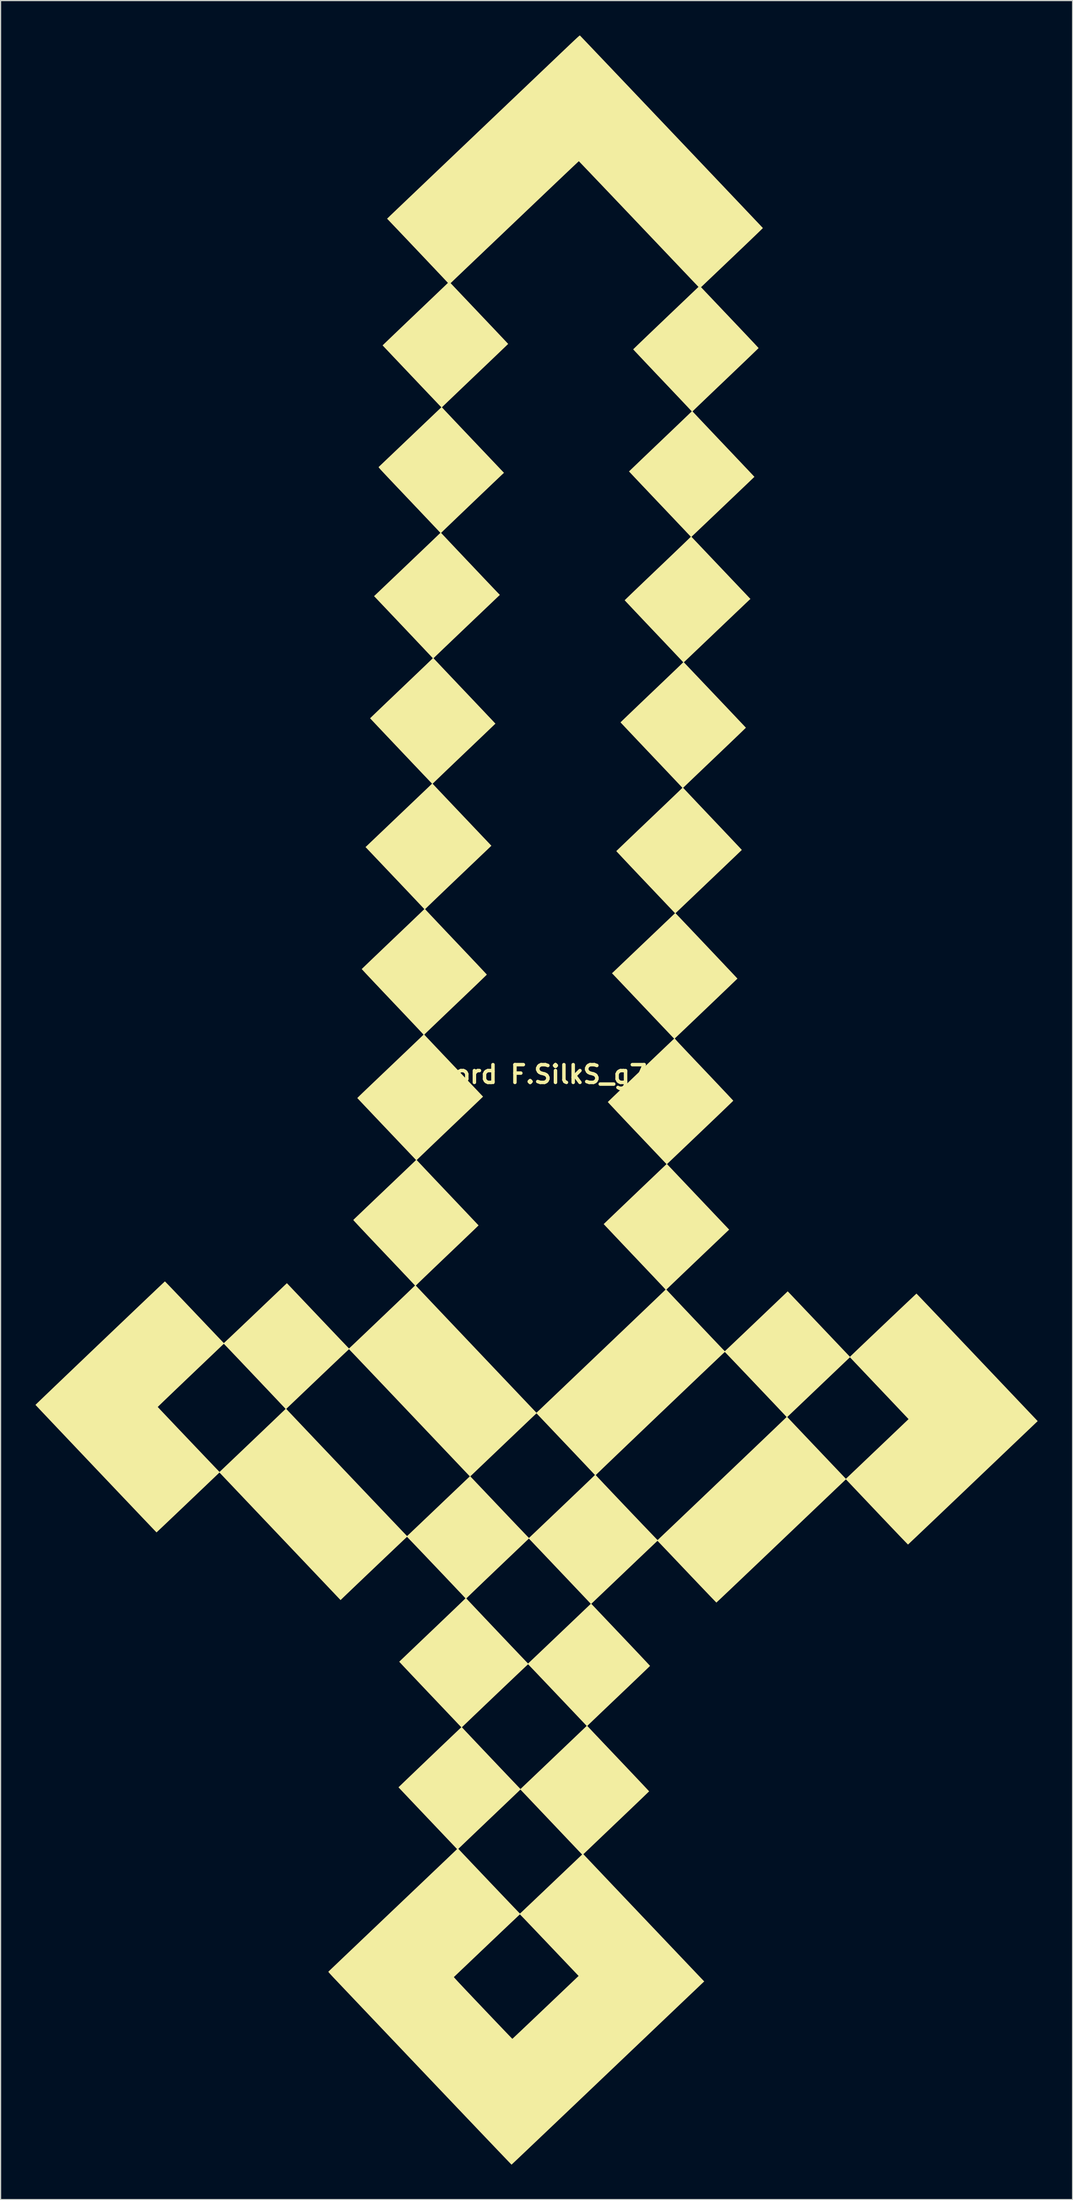
<source format=kicad_pcb>
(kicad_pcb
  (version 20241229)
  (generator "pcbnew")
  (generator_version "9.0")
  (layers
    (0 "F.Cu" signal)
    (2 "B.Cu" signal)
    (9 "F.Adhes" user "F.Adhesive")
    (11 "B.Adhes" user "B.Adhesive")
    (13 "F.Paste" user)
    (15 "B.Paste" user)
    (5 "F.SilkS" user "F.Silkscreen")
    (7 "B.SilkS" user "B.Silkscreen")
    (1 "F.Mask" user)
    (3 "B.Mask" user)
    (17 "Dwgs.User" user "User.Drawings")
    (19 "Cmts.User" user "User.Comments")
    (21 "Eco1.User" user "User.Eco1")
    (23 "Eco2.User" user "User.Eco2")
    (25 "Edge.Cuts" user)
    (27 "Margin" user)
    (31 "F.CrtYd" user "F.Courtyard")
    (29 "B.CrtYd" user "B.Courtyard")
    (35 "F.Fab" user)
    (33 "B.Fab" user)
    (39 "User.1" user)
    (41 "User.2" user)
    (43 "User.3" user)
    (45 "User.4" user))
  (footprint "Sword F.SilkS_g7"
    (layer "F.Cu")
    (at 42.721 89.201)
    (property "Reference" "Sword F.SilkS_g7" (at 0 0 0) (layer "F.SilkS") (effects (font (size 1.524 1.524) (thickness 0.3))))
    (attr through_hole)
    (fp_poly (pts (xy 4.061 -89.195) (xy 4.065 -89.193) (xy 4.068 -89.191) (xy 4.082 -89.176) (xy 4.118 -89.139) (xy 4.174 -89.081) (xy 4.249 -89.002) (xy 4.344 -88.903) (xy 4.458 -88.784) (xy 4.589 -88.647) (xy 4.737 -88.491) (xy 4.902 -88.318) (xy 5.082 -88.129) (xy 5.278 -87.924) (xy 5.488 -87.703) (xy 5.711 -87.468) (xy 5.948 -87.22) (xy 6.198 -86.958) (xy 6.459 -86.683) (xy 6.731 -86.398) (xy 7.013 -86.101) (xy 7.306 -85.793) (xy 7.607 -85.477) (xy 7.917 -85.151) (xy 8.235 -84.817) (xy 8.56 -84.475) (xy 8.891 -84.127) (xy 9.228 -83.773) (xy 9.57 -83.413) (xy 9.917 -83.049) (xy 10.267 -82.681) (xy 10.62 -82.309) (xy 10.976 -81.935) (xy 11.334 -81.559) (xy 11.692 -81.182) (xy 12.051 -80.804) (xy 12.41 -80.427) (xy 12.768 -80.05) (xy 13.124 -79.676) (xy 13.479 -79.303) (xy 13.83 -78.934) (xy 14.177 -78.568) (xy 14.521 -78.207) (xy 14.859 -77.851) (xy 15.192 -77.5) (xy 15.519 -77.157) (xy 15.839 -76.82) (xy 16.151 -76.492) (xy 16.455 -76.172) (xy 16.75 -75.861) (xy 17.035 -75.561) (xy 17.31 -75.271) (xy 17.575 -74.993) (xy 17.827 -74.727) (xy 18.068 -74.474) (xy 18.295 -74.234) (xy 18.509 -74.009) (xy 18.709 -73.798) (xy 18.894 -73.604) (xy 19.063 -73.425) (xy 19.216 -73.264) (xy 19.352 -73.121) (xy 19.47 -72.996) (xy 19.57 -72.89) (xy 19.651 -72.804) (xy 19.713 -72.739) (xy 19.754 -72.695) (xy 19.775 -72.673) (xy 19.777 -72.67) (xy 19.766 -72.657) (xy 19.733 -72.624) (xy 19.679 -72.571) (xy 19.605 -72.498) (xy 19.512 -72.408) (xy 19.401 -72.301) (xy 19.273 -72.177) (xy 19.13 -72.039) (xy 18.971 -71.887) (xy 18.798 -71.721) (xy 18.613 -71.543) (xy 18.415 -71.354) (xy 18.207 -71.155) (xy 17.989 -70.947) (xy 17.762 -70.731) (xy 17.527 -70.507) (xy 17.285 -70.276) (xy 17.122 -70.121) (xy 14.462 -67.591) (xy 14.577 -67.47) (xy 14.598 -67.447) (xy 14.641 -67.402) (xy 14.704 -67.337) (xy 14.785 -67.251) (xy 14.883 -67.147) (xy 14.999 -67.026) (xy 15.129 -66.888) (xy 15.275 -66.735) (xy 15.433 -66.568) (xy 15.604 -66.389) (xy 15.786 -66.197) (xy 15.979 -65.994) (xy 16.18 -65.782) (xy 16.389 -65.562) (xy 16.606 -65.334) (xy 16.828 -65.1) (xy 17.049 -64.867) (xy 17.275 -64.63) (xy 17.494 -64.398) (xy 17.707 -64.174) (xy 17.912 -63.958) (xy 18.108 -63.751) (xy 18.294 -63.554) (xy 18.47 -63.368) (xy 18.633 -63.195) (xy 18.784 -63.035) (xy 18.921 -62.89) (xy 19.043 -62.76) (xy 19.149 -62.646) (xy 19.238 -62.551) (xy 19.31 -62.474) (xy 19.362 -62.417) (xy 19.395 -62.38) (xy 19.407 -62.366) (xy 19.407 -62.366) (xy 19.396 -62.353) (xy 19.362 -62.32) (xy 19.308 -62.266) (xy 19.234 -62.194) (xy 19.14 -62.103) (xy 19.028 -61.995) (xy 18.9 -61.871) (xy 18.755 -61.732) (xy 18.595 -61.578) (xy 18.42 -61.411) (xy 18.233 -61.231) (xy 18.033 -61.04) (xy 17.822 -60.838) (xy 17.601 -60.627) (xy 17.37 -60.407) (xy 17.132 -60.179) (xy 16.886 -59.944) (xy 16.633 -59.704) (xy 16.57 -59.643) (xy 16.316 -59.401) (xy 16.068 -59.165) (xy 15.827 -58.936) (xy 15.595 -58.714) (xy 15.371 -58.501) (xy 15.158 -58.297) (xy 14.955 -58.103) (xy 14.764 -57.921) (xy 14.587 -57.751) (xy 14.423 -57.594) (xy 14.274 -57.452) (xy 14.141 -57.324) (xy 14.025 -57.213) (xy 13.927 -57.118) (xy 13.848 -57.041) (xy 13.788 -56.984) (xy 13.75 -56.946) (xy 13.733 -56.928) (xy 13.732 -56.927) (xy 13.743 -56.915) (xy 13.774 -56.88) (xy 13.826 -56.825) (xy 13.897 -56.749) (xy 13.986 -56.655) (xy 14.092 -56.542) (xy 14.214 -56.412) (xy 14.352 -56.266) (xy 14.504 -56.106) (xy 14.669 -55.931) (xy 14.847 -55.743) (xy 15.037 -55.543) (xy 15.237 -55.332) (xy 15.446 -55.11) (xy 15.665 -54.88) (xy 15.891 -54.642) (xy 16.124 -54.396) (xy 16.363 -54.144) (xy 16.391 -54.115) (xy 16.631 -53.863) (xy 16.864 -53.617) (xy 17.091 -53.378) (xy 17.311 -53.147) (xy 17.521 -52.924) (xy 17.723 -52.712) (xy 17.913 -52.511) (xy 18.092 -52.322) (xy 18.259 -52.146) (xy 18.413 -51.984) (xy 18.552 -51.837) (xy 18.676 -51.705) (xy 18.784 -51.591) (xy 18.875 -51.495) (xy 18.948 -51.417) (xy 19.001 -51.36) (xy 19.035 -51.323) (xy 19.049 -51.308) (xy 19.049 -51.308) (xy 19.037 -51.297) (xy 19.004 -51.264) (xy 18.949 -51.212) (xy 18.875 -51.14) (xy 18.781 -51.051) (xy 18.67 -50.944) (xy 18.542 -50.822) (xy 18.397 -50.684) (xy 18.238 -50.532) (xy 18.065 -50.367) (xy 17.878 -50.189) (xy 17.68 -50) (xy 17.471 -49.801) (xy 17.252 -49.592) (xy 17.024 -49.375) (xy 16.788 -49.151) (xy 16.545 -48.92) (xy 16.344 -48.728) (xy 13.64 -46.157) (xy 13.716 -46.077) (xy 13.734 -46.058) (xy 13.772 -46.017) (xy 13.831 -45.956) (xy 13.909 -45.874) (xy 14.004 -45.774) (xy 14.116 -45.656) (xy 14.244 -45.522) (xy 14.386 -45.371) (xy 14.542 -45.207) (xy 14.711 -45.029) (xy 14.892 -44.839) (xy 15.083 -44.637) (xy 15.284 -44.426) (xy 15.494 -44.205) (xy 15.711 -43.976) (xy 15.935 -43.74) (xy 16.165 -43.499) (xy 16.248 -43.411) (xy 18.705 -40.824) (xy 18.635 -40.76) (xy 18.617 -40.743) (xy 18.577 -40.705) (xy 18.516 -40.648) (xy 18.436 -40.571) (xy 18.336 -40.477) (xy 18.219 -40.365) (xy 18.085 -40.238) (xy 17.935 -40.095) (xy 17.77 -39.938) (xy 17.591 -39.768) (xy 17.399 -39.586) (xy 17.196 -39.392) (xy 16.982 -39.189) (xy 16.759 -38.976) (xy 16.526 -38.754) (xy 16.286 -38.526) (xy 16.04 -38.291) (xy 15.787 -38.051) (xy 15.776 -38.039) (xy 12.987 -35.383) (xy 15.65 -32.581) (xy 15.889 -32.329) (xy 16.123 -32.083) (xy 16.351 -31.843) (xy 16.571 -31.612) (xy 16.782 -31.389) (xy 16.983 -31.177) (xy 17.174 -30.975) (xy 17.354 -30.786) (xy 17.521 -30.609) (xy 17.675 -30.446) (xy 17.815 -30.299) (xy 17.94 -30.167) (xy 18.048 -30.052) (xy 18.14 -29.955) (xy 18.213 -29.877) (xy 18.268 -29.819) (xy 18.303 -29.782) (xy 18.316 -29.767) (xy 18.317 -29.766) (xy 18.306 -29.754) (xy 18.273 -29.721) (xy 18.219 -29.668) (xy 18.145 -29.597) (xy 18.052 -29.507) (xy 17.941 -29.4) (xy 17.813 -29.277) (xy 17.67 -29.138) (xy 17.511 -28.986) (xy 17.338 -28.82) (xy 17.152 -28.643) (xy 16.954 -28.453) (xy 16.746 -28.254) (xy 16.527 -28.045) (xy 16.299 -27.828) (xy 16.064 -27.603) (xy 15.821 -27.372) (xy 15.626 -27.186) (xy 15.378 -26.95) (xy 15.137 -26.72) (xy 14.903 -26.497) (xy 14.677 -26.281) (xy 14.46 -26.074) (xy 14.253 -25.877) (xy 14.057 -25.69) (xy 13.874 -25.515) (xy 13.703 -25.352) (xy 13.547 -25.203) (xy 13.406 -25.068) (xy 13.281 -24.948) (xy 13.173 -24.845) (xy 13.083 -24.759) (xy 13.013 -24.692) (xy 12.962 -24.643) (xy 12.933 -24.615) (xy 12.926 -24.607) (xy 12.936 -24.595) (xy 12.968 -24.561) (xy 13.019 -24.505) (xy 13.089 -24.43) (xy 13.177 -24.336) (xy 13.283 -24.224) (xy 13.404 -24.095) (xy 13.541 -23.95) (xy 13.692 -23.79) (xy 13.856 -23.617) (xy 14.032 -23.43) (xy 14.22 -23.232) (xy 14.418 -23.023) (xy 14.625 -22.805) (xy 14.841 -22.577) (xy 15.064 -22.342) (xy 15.293 -22.1) (xy 15.446 -21.939) (xy 15.68 -21.693) (xy 15.907 -21.454) (xy 16.128 -21.221) (xy 16.341 -20.997) (xy 16.545 -20.781) (xy 16.739 -20.576) (xy 16.923 -20.382) (xy 17.095 -20.2) (xy 17.255 -20.031) (xy 17.401 -19.876) (xy 17.532 -19.737) (xy 17.648 -19.614) (xy 17.748 -19.508) (xy 17.83 -19.42) (xy 17.894 -19.352) (xy 17.938 -19.304) (xy 17.962 -19.277) (xy 17.967 -19.271) (xy 17.955 -19.26) (xy 17.921 -19.227) (xy 17.867 -19.174) (xy 17.792 -19.103) (xy 17.698 -19.013) (xy 17.586 -18.906) (xy 17.457 -18.782) (xy 17.311 -18.643) (xy 17.151 -18.49) (xy 16.977 -18.324) (xy 16.789 -18.144) (xy 16.589 -17.954) (xy 16.378 -17.752) (xy 16.156 -17.541) (xy 15.925 -17.321) (xy 15.686 -17.093) (xy 15.44 -16.859) (xy 15.187 -16.618) (xy 15.116 -16.55) (xy 12.269 -13.838) (xy 12.355 -13.749) (xy 12.407 -13.696) (xy 12.477 -13.623) (xy 12.564 -13.531) (xy 12.668 -13.423) (xy 12.786 -13.299) (xy 12.918 -13.16) (xy 13.063 -13.008) (xy 13.219 -12.843) (xy 13.386 -12.668) (xy 13.562 -12.483) (xy 13.745 -12.289) (xy 13.936 -12.088) (xy 14.132 -11.881) (xy 14.333 -11.67) (xy 14.538 -11.454) (xy 14.744 -11.236) (xy 14.952 -11.017) (xy 15.16 -10.797) (xy 15.367 -10.579) (xy 15.571 -10.363) (xy 15.772 -10.151) (xy 15.968 -9.944) (xy 16.159 -9.742) (xy 16.343 -9.548) (xy 16.518 -9.362) (xy 16.684 -9.186) (xy 16.841 -9.021) (xy 16.985 -8.868) (xy 17.117 -8.728) (xy 17.235 -8.603) (xy 17.338 -8.494) (xy 17.425 -8.401) (xy 17.495 -8.326) (xy 17.546 -8.271) (xy 17.578 -8.237) (xy 17.589 -8.224) (xy 17.59 -8.224) (xy 17.578 -8.212) (xy 17.545 -8.18) (xy 17.492 -8.128) (xy 17.419 -8.058) (xy 17.328 -7.97) (xy 17.22 -7.866) (xy 17.096 -7.748) (xy 16.958 -7.615) (xy 16.807 -7.47) (xy 16.644 -7.314) (xy 16.47 -7.148) (xy 16.286 -6.972) (xy 16.094 -6.789) (xy 15.895 -6.598) (xy 15.69 -6.402) (xy 15.481 -6.202) (xy 15.268 -5.999) (xy 15.052 -5.793) (xy 14.836 -5.587) (xy 14.62 -5.381) (xy 14.405 -5.176) (xy 14.193 -4.974) (xy 13.985 -4.775) (xy 13.782 -4.582) (xy 13.586 -4.394) (xy 13.396 -4.214) (xy 13.216 -4.042) (xy 13.046 -3.88) (xy 12.886 -3.729) (xy 12.74 -3.589) (xy 12.607 -3.463) (xy 12.488 -3.35) (xy 12.386 -3.254) (xy 12.301 -3.173) (xy 12.235 -3.111) (xy 12.218 -3.095) (xy 12.215 -3.091) (xy 12.215 -3.086) (xy 12.217 -3.079) (xy 12.222 -3.068) (xy 12.232 -3.053) (xy 12.247 -3.033) (xy 12.268 -3.007) (xy 12.296 -2.974) (xy 12.332 -2.933) (xy 12.376 -2.884) (xy 12.429 -2.825) (xy 12.493 -2.756) (xy 12.567 -2.676) (xy 12.654 -2.584) (xy 12.753 -2.478) (xy 12.865 -2.359) (xy 12.991 -2.225) (xy 13.133 -2.075) (xy 13.29 -1.909) (xy 13.464 -1.725) (xy 13.656 -1.523) (xy 13.865 -1.302) (xy 14.094 -1.061) (xy 14.343 -0.799) (xy 14.613 -0.515) (xy 14.71 -0.413) (xy 14.944 -0.167) (xy 15.171 0.073) (xy 15.392 0.305) (xy 15.605 0.53) (xy 15.809 0.746) (xy 16.004 0.951) (xy 16.187 1.146) (xy 16.36 1.328) (xy 16.519 1.497) (xy 16.666 1.652) (xy 16.797 1.792) (xy 16.913 1.916) (xy 17.013 2.022) (xy 17.095 2.111) (xy 17.159 2.18) (xy 17.204 2.228) (xy 17.228 2.256) (xy 17.232 2.261) (xy 17.221 2.274) (xy 17.188 2.307) (xy 17.133 2.361) (xy 17.059 2.434) (xy 16.965 2.524) (xy 16.853 2.632) (xy 16.725 2.756) (xy 16.58 2.896) (xy 16.419 3.049) (xy 16.245 3.217) (xy 16.058 3.396) (xy 15.858 3.588) (xy 15.647 3.79) (xy 15.425 4.001) (xy 15.195 4.221) (xy 14.956 4.449) (xy 14.71 4.684) (xy 14.457 4.925) (xy 14.386 4.993) (xy 11.539 7.704) (xy 11.593 7.761) (xy 11.609 7.778) (xy 11.646 7.817) (xy 11.702 7.876) (xy 11.778 7.956) (xy 11.871 8.054) (xy 11.982 8.17) (xy 12.108 8.304) (xy 12.249 8.452) (xy 12.405 8.616) (xy 12.573 8.794) (xy 12.754 8.984) (xy 12.945 9.186) (xy 13.147 9.398) (xy 13.357 9.62) (xy 13.576 9.851) (xy 13.802 10.089) (xy 14.035 10.334) (xy 14.224 10.533) (xy 14.46 10.782) (xy 14.691 11.025) (xy 14.915 11.261) (xy 15.132 11.49) (xy 15.34 11.709) (xy 15.539 11.919) (xy 15.728 12.118) (xy 15.905 12.305) (xy 16.07 12.478) (xy 16.222 12.638) (xy 16.359 12.783) (xy 16.481 12.912) (xy 16.587 13.023) (xy 16.676 13.117) (xy 16.746 13.191) (xy 16.798 13.246) (xy 16.829 13.279) (xy 16.839 13.289) (xy 16.877 13.331) (xy 14.181 15.899) (xy 13.934 16.134) (xy 13.693 16.364) (xy 13.459 16.588) (xy 13.233 16.803) (xy 13.016 17.01) (xy 12.809 17.208) (xy 12.614 17.395) (xy 12.43 17.57) (xy 12.26 17.733) (xy 12.104 17.882) (xy 11.963 18.018) (xy 11.838 18.137) (xy 11.731 18.241) (xy 11.642 18.327) (xy 11.571 18.395) (xy 11.521 18.444) (xy 11.493 18.472) (xy 11.486 18.48) (xy 11.496 18.493) (xy 11.528 18.527) (xy 11.579 18.581) (xy 11.648 18.655) (xy 11.734 18.747) (xy 11.837 18.856) (xy 11.954 18.981) (xy 12.085 19.119) (xy 12.228 19.271) (xy 12.383 19.435) (xy 12.548 19.609) (xy 12.721 19.792) (xy 12.902 19.984) (xy 13.09 20.182) (xy 13.284 20.386) (xy 13.481 20.595) (xy 13.681 20.806) (xy 13.884 21.02) (xy 14.087 21.234) (xy 14.289 21.447) (xy 14.49 21.659) (xy 14.688 21.867) (xy 14.882 22.072) (xy 15.07 22.27) (xy 15.252 22.462) (xy 15.427 22.646) (xy 15.593 22.82) (xy 15.749 22.984) (xy 15.894 23.136) (xy 16.026 23.275) (xy 16.145 23.4) (xy 16.249 23.509) (xy 16.338 23.602) (xy 16.409 23.676) (xy 16.463 23.732) (xy 16.497 23.766) (xy 16.51 23.779) (xy 16.51 23.779) (xy 16.522 23.769) (xy 16.556 23.737) (xy 16.611 23.685) (xy 16.686 23.615) (xy 16.78 23.526) (xy 16.892 23.42) (xy 17.021 23.298) (xy 17.165 23.161) (xy 17.325 23.009) (xy 17.498 22.845) (xy 17.685 22.667) (xy 17.883 22.479) (xy 18.093 22.28) (xy 18.312 22.072) (xy 18.54 21.855) (xy 18.775 21.63) (xy 19.018 21.399) (xy 19.217 21.21) (xy 21.915 18.639) (xy 21.953 18.674) (xy 21.967 18.689) (xy 22.002 18.725) (xy 22.057 18.783) (xy 22.131 18.86) (xy 22.224 18.957) (xy 22.333 19.071) (xy 22.458 19.203) (xy 22.598 19.35) (xy 22.753 19.512) (xy 22.921 19.689) (xy 23.101 19.878) (xy 23.292 20.079) (xy 23.494 20.291) (xy 23.705 20.513) (xy 23.924 20.744) (xy 24.151 20.982) (xy 24.385 21.228) (xy 24.624 21.48) (xy 24.627 21.483) (xy 27.264 24.258) (xy 27.344 24.18) (xy 27.404 24.121) (xy 27.483 24.045) (xy 27.58 23.952) (xy 27.693 23.843) (xy 27.822 23.72) (xy 27.966 23.583) (xy 28.122 23.434) (xy 28.291 23.273) (xy 28.47 23.102) (xy 28.659 22.923) (xy 28.856 22.735) (xy 29.06 22.541) (xy 29.27 22.342) (xy 29.485 22.138) (xy 29.703 21.93) (xy 29.924 21.721) (xy 30.145 21.51) (xy 30.367 21.3) (xy 30.587 21.091) (xy 30.805 20.884) (xy 31.02 20.681) (xy 31.229 20.483) (xy 31.432 20.29) (xy 31.629 20.104) (xy 31.816 19.927) (xy 31.994 19.758) (xy 32.162 19.6) (xy 32.317 19.454) (xy 32.459 19.32) (xy 32.586 19.2) (xy 32.698 19.094) (xy 32.793 19.005) (xy 32.87 18.933) (xy 32.928 18.879) (xy 32.965 18.845) (xy 32.981 18.831) (xy 32.981 18.831) (xy 32.993 18.843) (xy 33.027 18.877) (xy 33.08 18.933) (xy 33.154 19.009) (xy 33.246 19.106) (xy 33.358 19.222) (xy 33.487 19.357) (xy 33.633 19.51) (xy 33.795 19.68) (xy 33.974 19.867) (xy 34.167 20.07) (xy 34.375 20.289) (xy 34.597 20.521) (xy 34.832 20.768) (xy 35.079 21.028) (xy 35.338 21.3) (xy 35.608 21.584) (xy 35.888 21.878) (xy 36.179 22.183) (xy 36.478 22.498) (xy 36.785 22.822) (xy 37.101 23.153) (xy 37.423 23.492) (xy 37.752 23.838) (xy 38.086 24.19) (xy 38.195 24.305) (xy 43.39 29.773) (xy 43.256 29.9) (xy 43.236 29.92) (xy 43.193 29.96) (xy 43.129 30.021) (xy 43.045 30.102) (xy 42.94 30.201) (xy 42.816 30.32) (xy 42.673 30.455) (xy 42.512 30.608) (xy 42.334 30.778) (xy 42.14 30.963) (xy 41.93 31.162) (xy 41.706 31.376) (xy 41.467 31.604) (xy 41.214 31.844) (xy 40.949 32.097) (xy 40.672 32.361) (xy 40.383 32.636) (xy 40.084 32.921) (xy 39.776 33.215) (xy 39.458 33.518) (xy 39.132 33.828) (xy 38.798 34.146) (xy 38.457 34.471) (xy 38.11 34.801) (xy 37.758 35.137) (xy 37.697 35.195) (xy 37.345 35.53) (xy 36.999 35.86) (xy 36.659 36.184) (xy 36.326 36.5) (xy 36.001 36.809) (xy 35.685 37.11) (xy 35.378 37.402) (xy 35.081 37.685) (xy 34.795 37.957) (xy 34.52 38.218) (xy 34.258 38.468) (xy 34.008 38.705) (xy 33.772 38.929) (xy 33.55 39.14) (xy 33.343 39.337) (xy 33.151 39.518) (xy 32.977 39.684) (xy 32.819 39.833) (xy 32.679 39.965) (xy 32.558 40.08) (xy 32.456 40.176) (xy 32.374 40.254) (xy 32.312 40.311) (xy 32.272 40.348) (xy 32.254 40.365) (xy 32.253 40.365) (xy 32.241 40.354) (xy 32.207 40.321) (xy 32.154 40.267) (xy 32.082 40.192) (xy 31.991 40.099) (xy 31.884 39.987) (xy 31.76 39.859) (xy 31.621 39.714) (xy 31.468 39.554) (xy 31.302 39.38) (xy 31.123 39.193) (xy 30.933 38.994) (xy 30.732 38.783) (xy 30.522 38.562) (xy 30.303 38.332) (xy 30.076 38.094) (xy 29.843 37.848) (xy 29.604 37.597) (xy 29.577 37.568) (xy 26.919 34.768) (xy 26.824 34.856) (xy 26.806 34.872) (xy 26.766 34.91) (xy 26.705 34.969) (xy 26.622 35.047) (xy 26.52 35.144) (xy 26.398 35.26) (xy 26.258 35.393) (xy 26.1 35.544) (xy 25.924 35.711) (xy 25.732 35.894) (xy 25.524 36.092) (xy 25.302 36.304) (xy 25.065 36.529) (xy 24.814 36.768) (xy 24.55 37.019) (xy 24.275 37.282) (xy 23.987 37.555) (xy 23.69 37.839) (xy 23.382 38.132) (xy 23.065 38.434) (xy 22.739 38.744) (xy 22.406 39.062) (xy 22.065 39.386) (xy 21.718 39.716) (xy 21.366 40.052) (xy 21.268 40.146) (xy 20.914 40.482) (xy 20.567 40.813) (xy 20.226 41.138) (xy 19.892 41.455) (xy 19.566 41.766) (xy 19.249 42.068) (xy 18.94 42.361) (xy 18.642 42.644) (xy 18.355 42.917) (xy 18.079 43.18) (xy 17.815 43.43) (xy 17.564 43.669) (xy 17.326 43.894) (xy 17.103 44.106) (xy 16.895 44.304) (xy 16.702 44.486) (xy 16.526 44.653) (xy 16.366 44.804) (xy 16.225 44.938) (xy 16.102 45.054) (xy 15.998 45.152) (xy 15.915 45.23) (xy 15.851 45.289) (xy 15.81 45.328) (xy 15.79 45.346) (xy 15.788 45.347) (xy 15.776 45.336) (xy 15.742 45.302) (xy 15.689 45.248) (xy 15.617 45.174) (xy 15.527 45.08) (xy 15.419 44.969) (xy 15.296 44.841) (xy 15.158 44.697) (xy 15.006 44.538) (xy 14.84 44.365) (xy 14.663 44.179) (xy 14.474 43.981) (xy 14.275 43.773) (xy 14.067 43.555) (xy 13.851 43.327) (xy 13.627 43.093) (xy 13.398 42.851) (xy 13.252 42.698) (xy 13.019 42.453) (xy 12.792 42.214) (xy 12.571 41.981) (xy 12.358 41.758) (xy 12.154 41.543) (xy 11.96 41.338) (xy 11.776 41.145) (xy 11.603 40.964) (xy 11.443 40.796) (xy 11.297 40.642) (xy 11.165 40.504) (xy 11.049 40.382) (xy 10.948 40.277) (xy 10.866 40.191) (xy 10.802 40.124) (xy 10.757 40.077) (xy 10.732 40.051) (xy 10.727 40.047) (xy 10.715 40.057) (xy 10.681 40.089) (xy 10.626 40.141) (xy 10.551 40.211) (xy 10.457 40.3) (xy 10.345 40.406) (xy 10.216 40.528) (xy 10.071 40.666) (xy 9.911 40.818) (xy 9.737 40.983) (xy 9.549 41.161) (xy 9.35 41.35) (xy 9.14 41.55) (xy 8.919 41.76) (xy 8.69 41.978) (xy 8.453 42.204) (xy 8.208 42.437) (xy 7.957 42.676) (xy 7.945 42.688) (xy 7.693 42.928) (xy 7.447 43.162) (xy 7.207 43.391) (xy 6.975 43.612) (xy 6.752 43.824) (xy 6.538 44.028) (xy 6.335 44.221) (xy 6.144 44.403) (xy 5.965 44.573) (xy 5.8 44.73) (xy 5.65 44.873) (xy 5.516 45) (xy 5.399 45.112) (xy 5.299 45.206) (xy 5.219 45.283) (xy 5.158 45.34) (xy 5.118 45.378) (xy 5.1 45.395) (xy 5.1 45.395) (xy 5.03 45.458) (xy 7.555 48.116) (xy 7.789 48.362) (xy 8.016 48.601) (xy 8.237 48.834) (xy 8.45 49.059) (xy 8.655 49.275) (xy 8.849 49.48) (xy 9.033 49.675) (xy 9.206 49.857) (xy 9.365 50.026) (xy 9.512 50.181) (xy 9.643 50.321) (xy 9.76 50.445) (xy 9.859 50.552) (xy 9.942 50.64) (xy 10.006 50.709) (xy 10.051 50.757) (xy 10.075 50.785) (xy 10.08 50.791) (xy 10.068 50.803) (xy 10.035 50.836) (xy 9.98 50.89) (xy 9.906 50.962) (xy 9.812 51.052) (xy 9.701 51.159) (xy 9.572 51.282) (xy 9.428 51.421) (xy 9.269 51.573) (xy 9.095 51.739) (xy 8.909 51.917) (xy 8.711 52.106) (xy 8.502 52.306) (xy 8.283 52.515) (xy 8.055 52.732) (xy 7.819 52.956) (xy 7.576 53.188) (xy 7.382 53.372) (xy 7.135 53.607) (xy 6.893 53.837) (xy 6.659 54.06) (xy 6.433 54.275) (xy 6.217 54.481) (xy 6.01 54.678) (xy 5.814 54.865) (xy 5.631 55.04) (xy 5.461 55.203) (xy 5.305 55.352) (xy 5.164 55.486) (xy 5.04 55.606) (xy 4.932 55.709) (xy 4.843 55.795) (xy 4.773 55.862) (xy 4.724 55.911) (xy 4.695 55.939) (xy 4.688 55.946) (xy 4.7 55.959) (xy 4.731 55.993) (xy 4.783 56.048) (xy 4.854 56.124) (xy 4.944 56.218) (xy 5.05 56.331) (xy 5.172 56.46) (xy 5.31 56.606) (xy 5.462 56.767) (xy 5.628 56.941) (xy 5.806 57.129) (xy 5.995 57.329) (xy 6.195 57.54) (xy 6.405 57.761) (xy 6.624 57.991) (xy 6.85 58.229) (xy 7.083 58.475) (xy 7.322 58.726) (xy 7.346 58.752) (xy 7.586 59.004) (xy 7.819 59.25) (xy 8.046 59.489) (xy 8.265 59.72) (xy 8.476 59.942) (xy 8.677 60.155) (xy 8.868 60.356) (xy 9.047 60.545) (xy 9.213 60.721) (xy 9.367 60.884) (xy 9.506 61.031) (xy 9.63 61.163) (xy 9.737 61.277) (xy 9.828 61.374) (xy 9.901 61.451) (xy 9.954 61.509) (xy 9.988 61.546) (xy 10.001 61.561) (xy 10.001 61.561) (xy 9.99 61.573) (xy 9.957 61.606) (xy 9.902 61.659) (xy 9.828 61.731) (xy 9.734 61.822) (xy 9.623 61.929) (xy 9.494 62.053) (xy 9.349 62.192) (xy 9.189 62.345) (xy 9.015 62.512) (xy 8.828 62.691) (xy 8.628 62.881) (xy 8.417 63.083) (xy 8.196 63.294) (xy 7.966 63.513) (xy 7.728 63.741) (xy 7.482 63.975) (xy 7.23 64.215) (xy 7.179 64.263) (xy 6.926 64.504) (xy 6.679 64.74) (xy 6.439 64.969) (xy 6.207 65.19) (xy 5.984 65.402) (xy 5.771 65.605) (xy 5.569 65.798) (xy 5.379 65.979) (xy 5.202 66.148) (xy 5.039 66.304) (xy 4.891 66.445) (xy 4.759 66.572) (xy 4.643 66.682) (xy 4.546 66.775) (xy 4.467 66.851) (xy 4.408 66.907) (xy 4.37 66.944) (xy 4.354 66.96) (xy 4.354 66.96) (xy 4.364 66.972) (xy 4.396 67.007) (xy 4.448 67.062) (xy 4.52 67.139) (xy 4.612 67.236) (xy 4.722 67.352) (xy 4.85 67.488) (xy 4.995 67.641) (xy 5.156 67.811) (xy 5.333 67.998) (xy 5.526 68.201) (xy 5.733 68.42) (xy 5.954 68.652) (xy 6.188 68.899) (xy 6.434 69.158) (xy 6.692 69.43) (xy 6.962 69.714) (xy 7.242 70.009) (xy 7.531 70.313) (xy 7.83 70.628) (xy 8.137 70.951) (xy 8.452 71.282) (xy 8.775 71.621) (xy 9.103 71.967) (xy 9.437 72.318) (xy 9.543 72.429) (xy 14.736 77.888) (xy 14.679 77.937) (xy 14.665 77.95) (xy 14.628 77.985) (xy 14.569 78.041) (xy 14.489 78.116) (xy 14.389 78.212) (xy 14.268 78.327) (xy 14.128 78.46) (xy 13.969 78.611) (xy 13.791 78.78) (xy 13.596 78.965) (xy 13.383 79.167) (xy 13.154 79.385) (xy 12.909 79.618) (xy 12.649 79.865) (xy 12.373 80.127) (xy 12.084 80.403) (xy 11.781 80.691) (xy 11.464 80.992) (xy 11.135 81.305) (xy 10.794 81.629) (xy 10.442 81.964) (xy 10.079 82.31) (xy 9.706 82.665) (xy 9.323 83.029) (xy 8.931 83.402) (xy 8.53 83.783) (xy 8.122 84.171) (xy 7.707 84.567) (xy 7.284 84.968) (xy 6.856 85.376) (xy 6.422 85.789) (xy 6.414 85.796) (xy 5.98 86.209) (xy 5.552 86.616) (xy 5.13 87.018) (xy 4.715 87.413) (xy 4.307 87.801) (xy 3.907 88.181) (xy 3.516 88.553) (xy 3.134 88.916) (xy 2.762 89.27) (xy 2.399 89.615) (xy 2.048 89.949) (xy 1.708 90.272) (xy 1.38 90.583) (xy 1.065 90.883) (xy 0.762 91.17) (xy 0.474 91.444) (xy 0.199 91.705) (xy -0.06 91.951) (xy -0.304 92.182) (xy -0.532 92.399) (xy -0.743 92.599) (xy -0.937 92.783) (xy -1.113 92.95) (xy -1.271 93.1) (xy -1.41 93.231) (xy -1.529 93.344) (xy -1.629 93.438) (xy -1.708 93.512) (xy -1.765 93.566) (xy -1.801 93.599) (xy -1.814 93.611) (xy -1.814 93.611) (xy -1.826 93.6) (xy -1.859 93.567) (xy -1.913 93.511) (xy -1.987 93.434) (xy -2.081 93.337) (xy -2.194 93.22) (xy -2.325 93.083) (xy -2.475 92.927) (xy -2.641 92.753) (xy -2.825 92.561) (xy -3.025 92.352) (xy -3.24 92.127) (xy -3.471 91.885) (xy -3.716 91.628) (xy -3.975 91.357) (xy -4.248 91.071) (xy -4.534 90.772) (xy -4.832 90.459) (xy -5.141 90.134) (xy -5.462 89.798) (xy -5.794 89.45) (xy -6.135 89.091) (xy -6.487 88.723) (xy -6.847 88.344) (xy -7.215 87.957) (xy -7.592 87.562) (xy -7.976 87.159) (xy -8.366 86.749) (xy -8.763 86.332) (xy -9.165 85.909) (xy -9.335 85.731) (xy -9.742 85.303) (xy -10.144 84.88) (xy -10.542 84.462) (xy -10.934 84.05) (xy -11.319 83.644) (xy -11.698 83.246) (xy -12.07 82.855) (xy -12.433 82.473) (xy -12.788 82.1) (xy -13.134 81.737) (xy -13.469 81.383) (xy -13.795 81.041) (xy -14.109 80.711) (xy -14.412 80.392) (xy -14.703 80.086) (xy -14.98 79.794) (xy -15.245 79.516) (xy -15.495 79.252) (xy -15.731 79.004) (xy -15.952 78.772) (xy -16.157 78.556) (xy -16.346 78.358) (xy -16.517 78.177) (xy -16.671 78.015) (xy -16.807 77.871) (xy -16.924 77.748) (xy -17.022 77.645) (xy -17.1 77.563) (xy -17.151 77.508) (xy -6.775 77.508) (xy -6.773 77.515) (xy -6.763 77.53) (xy -6.742 77.555) (xy -6.712 77.591) (xy -6.671 77.637) (xy -6.618 77.696) (xy -6.553 77.767) (xy -6.475 77.851) (xy -6.384 77.949) (xy -6.278 78.063) (xy -6.157 78.191) (xy -6.02 78.337) (xy -5.867 78.499) (xy -5.697 78.679) (xy -5.509 78.877) (xy -5.302 79.095) (xy -5.077 79.333) (xy -4.831 79.591) (xy -4.565 79.871) (xy -4.278 80.173) (xy -4.277 80.174) (xy -4.044 80.419) (xy -3.817 80.658) (xy -3.596 80.889) (xy -3.383 81.113) (xy -3.178 81.328) (xy -2.983 81.532) (xy -2.799 81.725) (xy -2.626 81.906) (xy -2.466 82.073) (xy -2.319 82.227) (xy -2.186 82.365) (xy -2.07 82.487) (xy -1.969 82.591) (xy -1.886 82.677) (xy -1.821 82.744) (xy -1.776 82.79) (xy -1.75 82.816) (xy -1.745 82.82) (xy -1.733 82.809) (xy -1.698 82.777) (xy -1.642 82.726) (xy -1.567 82.655) (xy -1.472 82.566) (xy -1.359 82.46) (xy -1.23 82.337) (xy -1.084 82.2) (xy -0.923 82.048) (xy -0.748 81.882) (xy -0.56 81.704) (xy -0.36 81.515) (xy -0.149 81.315) (xy 0.072 81.105) (xy 0.302 80.887) (xy 0.54 80.66) (xy 0.785 80.427) (xy 1.037 80.188) (xy 1.059 80.167) (xy 1.312 79.927) (xy 1.559 79.692) (xy 1.799 79.464) (xy 2.031 79.243) (xy 2.254 79.03) (xy 2.468 78.827) (xy 2.671 78.634) (xy 2.862 78.452) (xy 3.04 78.283) (xy 3.205 78.126) (xy 3.355 77.984) (xy 3.488 77.857) (xy 3.605 77.746) (xy 3.704 77.651) (xy 3.784 77.575) (xy 3.845 77.518) (xy 3.884 77.48) (xy 3.901 77.464) (xy 3.902 77.463) (xy 3.954 77.413) (xy 1.436 74.767) (xy 1.203 74.522) (xy 0.975 74.283) (xy 0.754 74.051) (xy 0.541 73.827) (xy 0.337 73.613) (xy 0.142 73.408) (xy -0.042 73.215) (xy -0.215 73.034) (xy -0.376 72.867) (xy -0.522 72.713) (xy -0.655 72.575) (xy -0.771 72.454) (xy -0.872 72.349) (xy -0.955 72.263) (xy -1.02 72.196) (xy -1.065 72.15) (xy -1.09 72.125) (xy -1.095 72.12) (xy -1.108 72.131) (xy -1.142 72.163) (xy -1.198 72.214) (xy -1.273 72.285) (xy -1.368 72.374) (xy -1.481 72.48) (xy -1.61 72.603) (xy -1.756 72.741) (xy -1.917 72.893) (xy -2.092 73.059) (xy -2.28 73.237) (xy -2.481 73.427) (xy -2.692 73.627) (xy -2.913 73.838) (xy -3.144 74.057) (xy -3.383 74.283) (xy -3.629 74.517) (xy -3.881 74.757) (xy -3.932 74.805) (xy -4.185 75.046) (xy -4.433 75.281) (xy -4.673 75.51) (xy -4.906 75.731) (xy -5.13 75.944) (xy -5.343 76.147) (xy -5.546 76.34) (xy -5.737 76.522) (xy -5.915 76.691) (xy -6.08 76.847) (xy -6.229 76.989) (xy -6.362 77.116) (xy -6.479 77.227) (xy -6.578 77.321) (xy -6.658 77.397) (xy -6.718 77.454) (xy -6.757 77.491) (xy -6.774 77.508) (xy -6.775 77.508) (xy -17.151 77.508) (xy -17.157 77.502) (xy -17.193 77.464) (xy -17.199 77.458) (xy -17.307 77.341) (xy -17.394 77.246) (xy -17.461 77.171) (xy -17.508 77.115) (xy -17.537 77.076) (xy -17.549 77.054) (xy -17.548 77.049) (xy -17.536 77.037) (xy -17.501 77.004) (xy -17.445 76.95) (xy -17.368 76.876) (xy -17.271 76.783) (xy -17.154 76.672) (xy -17.019 76.543) (xy -16.865 76.397) (xy -16.695 76.234) (xy -16.507 76.055) (xy -16.304 75.862) (xy -16.086 75.654) (xy -15.853 75.432) (xy -15.606 75.198) (xy -15.346 74.951) (xy -15.074 74.692) (xy -14.791 74.422) (xy -14.497 74.142) (xy -14.192 73.852) (xy -13.878 73.553) (xy -13.555 73.246) (xy -13.224 72.932) (xy -12.886 72.61) (xy -12.541 72.282) (xy -12.191 71.949) (xy -12.129 71.89) (xy -11.776 71.555) (xy -11.429 71.225) (xy -11.088 70.9) (xy -10.753 70.582) (xy -10.427 70.272) (xy -10.108 69.969) (xy -9.799 69.675) (xy -9.499 69.39) (xy -9.21 69.115) (xy -8.932 68.85) (xy -8.666 68.597) (xy -8.413 68.356) (xy -8.173 68.128) (xy -7.947 67.913) (xy -7.737 67.713) (xy -7.541 67.527) (xy -7.362 67.357) (xy -7.201 67.202) (xy -7.057 67.065) (xy -6.931 66.946) (xy -6.825 66.845) (xy -6.739 66.762) (xy -6.673 66.7) (xy -6.629 66.658) (xy -6.607 66.637) (xy -6.606 66.636) (xy -6.489 66.52) (xy -6.509 66.5) (xy -6.39 66.5) (xy -6.379 66.513) (xy -6.347 66.547) (xy -6.296 66.602) (xy -6.227 66.676) (xy -6.14 66.768) (xy -6.037 66.878) (xy -5.919 67.003) (xy -5.787 67.142) (xy -5.642 67.295) (xy -5.486 67.459) (xy -5.32 67.635) (xy -5.144 67.82) (xy -4.96 68.014) (xy -4.769 68.215) (xy -4.572 68.422) (xy -4.371 68.634) (xy -4.166 68.849) (xy -3.959 69.067) (xy -3.751 69.286) (xy -3.542 69.505) (xy -3.335 69.723) (xy -3.13 69.938) (xy -2.928 70.15) (xy -2.731 70.357) (xy -2.539 70.558) (xy -2.355 70.751) (xy -2.178 70.936) (xy -2.011 71.112) (xy -1.853 71.276) (xy -1.708 71.429) (xy -1.575 71.568) (xy -1.455 71.692) (xy -1.351 71.801) (xy -1.262 71.893) (xy -1.191 71.967) (xy -1.138 72.021) (xy -1.105 72.055) (xy -1.092 72.068) (xy -1.092 72.068) (xy -1.079 72.056) (xy -1.045 72.024) (xy -0.99 71.973) (xy -0.914 71.902) (xy -0.82 71.813) (xy -0.708 71.707) (xy -0.579 71.584) (xy -0.434 71.447) (xy -0.274 71.296) (xy -0.101 71.131) (xy 0.086 70.954) (xy 0.284 70.766) (xy 0.493 70.567) (xy 0.712 70.359) (xy 0.94 70.143) (xy 1.175 69.919) (xy 1.417 69.689) (xy 1.588 69.526) (xy 4.257 66.988) (xy 4.163 66.891) (xy 4.143 66.87) (xy 4.103 66.828) (xy 4.042 66.765) (xy 3.963 66.682) (xy 3.866 66.58) (xy 3.753 66.46) (xy 3.623 66.324) (xy 3.479 66.172) (xy 3.32 66.005) (xy 3.149 65.825) (xy 2.966 65.633) (xy 2.772 65.429) (xy 2.569 65.215) (xy 2.357 64.991) (xy 2.136 64.759) (xy 1.909 64.52) (xy 1.677 64.275) (xy 1.508 64.098) (xy -1.052 61.401) (xy -1.181 61.528) (xy -1.204 61.551) (xy -1.25 61.595) (xy -1.316 61.658) (xy -1.403 61.74) (xy -1.507 61.84) (xy -1.629 61.957) (xy -1.768 62.089) (xy -1.921 62.236) (xy -2.089 62.396) (xy -2.27 62.568) (xy -2.463 62.752) (xy -2.667 62.946) (xy -2.88 63.149) (xy -3.102 63.36) (xy -3.331 63.579) (xy -3.567 63.803) (xy -3.808 64.033) (xy -3.85 64.072) (xy -4.09 64.301) (xy -4.324 64.524) (xy -4.55 64.74) (xy -4.769 64.948) (xy -4.978 65.147) (xy -5.177 65.337) (xy -5.364 65.516) (xy -5.54 65.684) (xy -5.701 65.838) (xy -5.849 65.979) (xy -5.981 66.105) (xy -6.096 66.216) (xy -6.194 66.31) (xy -6.273 66.386) (xy -6.333 66.444) (xy -6.372 66.482) (xy -6.389 66.499) (xy -6.39 66.5) (xy -6.509 66.5) (xy -9.003 63.875) (xy -9.236 63.63) (xy -9.463 63.391) (xy -9.684 63.158) (xy -9.897 62.934) (xy -10.101 62.719) (xy -10.295 62.515) (xy -10.479 62.321) (xy -10.651 62.139) (xy -10.81 61.971) (xy -10.956 61.817) (xy -11.088 61.678) (xy -11.203 61.555) (xy -11.303 61.45) (xy -11.385 61.363) (xy -11.449 61.295) (xy -11.493 61.248) (xy -11.517 61.222) (xy -11.522 61.217) (xy -11.511 61.205) (xy -11.478 61.173) (xy -11.424 61.121) (xy -11.352 61.051) (xy -11.261 60.964) (xy -11.154 60.86) (xy -11.031 60.742) (xy -10.893 60.61) (xy -10.742 60.465) (xy -10.58 60.31) (xy -10.407 60.144) (xy -10.224 59.969) (xy -10.033 59.786) (xy -9.835 59.597) (xy -9.631 59.402) (xy -9.423 59.203) (xy -9.212 59.001) (xy -8.998 58.796) (xy -8.783 58.592) (xy -8.569 58.387) (xy -8.357 58.184) (xy -8.147 57.984) (xy -7.942 57.788) (xy -7.741 57.597) (xy -7.547 57.412) (xy -7.361 57.235) (xy -7.184 57.067) (xy -7.018 56.908) (xy -6.862 56.76) (xy -6.72 56.625) (xy -6.591 56.502) (xy -6.477 56.395) (xy -6.38 56.303) (xy -6.3 56.227) (xy -6.243 56.174) (xy -6.124 56.063) (xy -6.124 56.062) (xy -6.084 56.062) (xy -6.073 56.075) (xy -6.042 56.109) (xy -5.991 56.164) (xy -5.921 56.238) (xy -5.835 56.33) (xy -5.733 56.439) (xy -5.615 56.563) (xy -5.484 56.702) (xy -5.341 56.854) (xy -5.186 57.017) (xy -5.021 57.191) (xy -4.848 57.375) (xy -4.666 57.566) (xy -4.478 57.765) (xy -4.285 57.969) (xy -4.087 58.177) (xy -3.887 58.388) (xy -3.684 58.602) (xy -3.481 58.816) (xy -3.278 59.029) (xy -3.077 59.241) (xy -2.879 59.45) (xy -2.684 59.654) (xy -2.495 59.853) (xy -2.313 60.045) (xy -2.138 60.228) (xy -1.971 60.403) (xy -1.815 60.567) (xy -1.67 60.72) (xy -1.536 60.859) (xy -1.417 60.984) (xy -1.312 61.094) (xy -1.223 61.187) (xy -1.15 61.262) (xy -1.096 61.318) (xy -1.061 61.354) (xy -1.047 61.368) (xy -1.047 61.368) (xy -1.035 61.357) (xy -1 61.325) (xy -0.945 61.273) (xy -0.87 61.201) (xy -0.776 61.112) (xy -0.663 61.005) (xy -0.534 60.883) (xy -0.389 60.744) (xy -0.228 60.592) (xy -0.053 60.425) (xy 0.135 60.247) (xy 0.335 60.056) (xy 0.546 59.855) (xy 0.768 59.644) (xy 0.999 59.424) (xy 1.238 59.197) (xy 1.484 58.962) (xy 1.736 58.721) (xy 1.806 58.655) (xy 4.65 55.945) (xy 2.135 53.297) (xy 1.902 53.052) (xy 1.674 52.813) (xy 1.454 52.58) (xy 1.241 52.357) (xy 1.036 52.142) (xy 0.842 51.937) (xy 0.657 51.744) (xy 0.485 51.563) (xy 0.325 51.395) (xy 0.178 51.241) (xy 0.046 51.103) (xy -0.071 50.98) (xy -0.171 50.876) (xy -0.254 50.789) (xy -0.318 50.722) (xy -0.363 50.675) (xy -0.388 50.65) (xy -0.393 50.645) (xy -0.406 50.656) (xy -0.44 50.687) (xy -0.494 50.738) (xy -0.569 50.807) (xy -0.661 50.894) (xy -0.77 50.997) (xy -0.895 51.115) (xy -1.035 51.247) (xy -1.188 51.392) (xy -1.353 51.548) (xy -1.529 51.715) (xy -1.715 51.892) (xy -1.91 52.077) (xy -2.112 52.269) (xy -2.32 52.467) (xy -2.534 52.669) (xy -2.751 52.876) (xy -2.971 53.085) (xy -3.192 53.296) (xy -3.414 53.507) (xy -3.634 53.717) (xy -3.853 53.925) (xy -4.068 54.13) (xy -4.278 54.331) (xy -4.483 54.526) (xy -4.681 54.715) (xy -4.871 54.896) (xy -5.052 55.068) (xy -5.222 55.231) (xy -5.38 55.382) (xy -5.525 55.522) (xy -5.657 55.648) (xy -5.773 55.759) (xy -5.872 55.855) (xy -5.954 55.934) (xy -6.017 55.995) (xy -6.06 56.037) (xy -6.082 56.059) (xy -6.084 56.062) (xy -6.124 56.062) (xy -8.793 53.253) (xy -9.033 53.001) (xy -9.267 52.754) (xy -9.495 52.514) (xy -9.714 52.283) (xy -9.926 52.06) (xy -10.127 51.847) (xy -10.318 51.646) (xy -10.498 51.456) (xy -10.665 51.279) (xy -10.819 51.116) (xy -10.958 50.968) (xy -11.083 50.836) (xy -11.191 50.721) (xy -11.282 50.624) (xy -11.355 50.546) (xy -11.41 50.487) (xy -11.444 50.45) (xy -11.458 50.434) (xy -11.458 50.434) (xy -11.446 50.422) (xy -11.413 50.39) (xy -11.358 50.337) (xy -11.283 50.265) (xy -11.189 50.175) (xy -11.077 50.068) (xy -10.948 49.945) (xy -10.803 49.806) (xy -10.642 49.653) (xy -10.468 49.486) (xy -10.28 49.307) (xy -10.08 49.116) (xy -9.869 48.915) (xy -9.647 48.704) (xy -9.417 48.484) (xy -9.178 48.256) (xy -8.931 48.021) (xy -8.679 47.781) (xy -8.607 47.713) (xy -8.353 47.471) (xy -8.105 47.234) (xy -7.864 47.004) (xy -7.631 46.782) (xy -7.408 46.568) (xy -7.194 46.364) (xy -6.991 46.17) (xy -6.8 45.988) (xy -6.622 45.817) (xy -6.459 45.66) (xy -6.31 45.517) (xy -6.177 45.389) (xy -6.06 45.277) (xy -5.962 45.182) (xy -5.883 45.105) (xy -5.823 45.047) (xy -5.784 45.008) (xy -5.775 44.999) (xy -5.705 44.999) (xy -5.694 45.012) (xy -5.663 45.046) (xy -5.611 45.101) (xy -5.542 45.176) (xy -5.455 45.269) (xy -5.352 45.378) (xy -5.234 45.503) (xy -5.102 45.643) (xy -4.957 45.796) (xy -4.801 45.962) (xy -4.634 46.138) (xy -4.458 46.324) (xy -4.274 46.518) (xy -4.084 46.72) (xy -3.887 46.927) (xy -3.685 47.14) (xy -3.48 47.356) (xy -3.273 47.574) (xy -3.065 47.794) (xy -2.856 48.014) (xy -2.648 48.233) (xy -2.443 48.449) (xy -2.241 48.661) (xy -2.044 48.869) (xy -1.852 49.071) (xy -1.667 49.265) (xy -1.49 49.451) (xy -1.322 49.627) (xy -1.164 49.793) (xy -1.018 49.946) (xy -0.884 50.086) (xy -0.764 50.212) (xy -0.659 50.322) (xy -0.57 50.415) (xy -0.498 50.49) (xy -0.444 50.545) (xy -0.41 50.58) (xy -0.396 50.594) (xy -0.396 50.594) (xy -0.383 50.583) (xy -0.349 50.551) (xy -0.294 50.499) (xy -0.219 50.429) (xy -0.125 50.34) (xy -0.013 50.234) (xy 0.116 50.112) (xy 0.261 49.974) (xy 0.42 49.823) (xy 0.594 49.658) (xy 0.78 49.481) (xy 0.979 49.292) (xy 1.188 49.093) (xy 1.407 48.885) (xy 1.635 48.668) (xy 1.871 48.444) (xy 2.113 48.213) (xy 2.307 48.028) (xy 5.001 45.462) (xy 4.878 45.329) (xy 4.855 45.305) (xy 4.812 45.26) (xy 4.749 45.193) (xy 4.668 45.107) (xy 4.568 45.002) (xy 4.452 44.879) (xy 4.32 44.74) (xy 4.173 44.585) (xy 4.012 44.416) (xy 3.839 44.234) (xy 3.654 44.039) (xy 3.459 43.833) (xy 3.254 43.618) (xy 3.041 43.393) (xy 2.82 43.16) (xy 2.592 42.921) (xy 2.359 42.676) (xy 2.215 42.524) (xy -0.324 39.852) (xy -3.016 42.416) (xy -3.263 42.652) (xy -3.504 42.882) (xy -3.738 43.105) (xy -3.963 43.32) (xy -4.18 43.527) (xy -4.386 43.725) (xy -4.582 43.912) (xy -4.765 44.087) (xy -4.934 44.25) (xy -5.09 44.4) (xy -5.231 44.535) (xy -5.355 44.655) (xy -5.462 44.759) (xy -5.551 44.845) (xy -5.621 44.913) (xy -5.67 44.962) (xy -5.699 44.991) (xy -5.705 44.999) (xy -5.775 44.999) (xy -5.767 44.99) (xy -5.766 44.989) (xy -5.777 44.976) (xy -5.809 44.941) (xy -5.861 44.886) (xy -5.931 44.811) (xy -6.018 44.719) (xy -6.121 44.609) (xy -6.239 44.485) (xy -6.371 44.346) (xy -6.515 44.194) (xy -6.67 44.03) (xy -6.835 43.856) (xy -7.009 43.672) (xy -7.191 43.481) (xy -7.38 43.282) (xy -7.573 43.079) (xy -7.771 42.87) (xy -7.972 42.659) (xy -8.175 42.446) (xy -8.378 42.233) (xy -8.581 42.02) (xy -8.782 41.809) (xy -8.98 41.601) (xy -9.174 41.397) (xy -9.362 41.199) (xy -9.544 41.008) (xy -9.719 40.825) (xy -9.885 40.652) (xy -10.04 40.489) (xy -10.185 40.338) (xy -10.317 40.2) (xy -10.435 40.076) (xy -10.539 39.968) (xy -10.627 39.876) (xy -10.698 39.803) (xy -10.75 39.749) (xy -10.783 39.715) (xy -10.795 39.703) (xy -10.795 39.703) (xy -10.808 39.714) (xy -10.842 39.746) (xy -10.897 39.797) (xy -10.971 39.867) (xy -11.063 39.954) (xy -11.173 40.057) (xy -11.298 40.175) (xy -11.438 40.308) (xy -11.591 40.453) (xy -11.757 40.61) (xy -11.934 40.778) (xy -12.12 40.955) (xy -12.316 41.14) (xy -12.518 41.333) (xy -12.728 41.531) (xy -12.942 41.735) (xy -13.16 41.942) (xy -13.381 42.152) (xy -13.604 42.364) (xy -13.827 42.576) (xy -14.049 42.787) (xy -14.269 42.997) (xy -14.486 43.203) (xy -14.698 43.406) (xy -14.905 43.603) (xy -15.105 43.793) (xy -15.297 43.977) (xy -15.481 44.151) (xy -15.653 44.316) (xy -15.814 44.47) (xy -15.963 44.612) (xy -16.097 44.741) (xy -16.195 44.834) (xy -16.507 45.134) (xy -21.71 39.658) (xy -26.913 34.181) (xy -27.383 34.63) (xy -27.59 34.827) (xy -27.804 35.032) (xy -28.025 35.242) (xy -28.251 35.458) (xy -28.481 35.677) (xy -28.714 35.899) (xy -28.949 36.123) (xy -29.185 36.347) (xy -29.42 36.571) (xy -29.654 36.794) (xy -29.885 37.014) (xy -30.112 37.23) (xy -30.334 37.441) (xy -30.551 37.647) (xy -30.76 37.846) (xy -30.961 38.037) (xy -31.153 38.219) (xy -31.334 38.391) (xy -31.504 38.552) (xy -31.66 38.7) (xy -31.803 38.836) (xy -31.931 38.957) (xy -32.043 39.062) (xy -32.137 39.152) (xy -32.213 39.223) (xy -32.27 39.276) (xy -32.306 39.31) (xy -32.32 39.322) (xy -32.32 39.322) (xy -32.332 39.311) (xy -32.364 39.277) (xy -32.417 39.223) (xy -32.49 39.147) (xy -32.581 39.052) (xy -32.689 38.939) (xy -32.815 38.807) (xy -32.956 38.659) (xy -33.113 38.494) (xy -33.285 38.314) (xy -33.47 38.12) (xy -33.668 37.912) (xy -33.878 37.692) (xy -34.099 37.459) (xy -34.33 37.216) (xy -34.571 36.963) (xy -34.821 36.7) (xy -35.079 36.429) (xy -35.344 36.151) (xy -35.615 35.866) (xy -35.891 35.575) (xy -36.172 35.279) (xy -36.457 34.979) (xy -36.745 34.676) (xy -37.035 34.371) (xy -37.327 34.064) (xy -37.619 33.757) (xy -37.911 33.449) (xy -38.201 33.143) (xy -38.49 32.839) (xy -38.776 32.538) (xy -39.058 32.241) (xy -39.336 31.948) (xy -39.609 31.66) (xy -39.876 31.379) (xy -40.136 31.105) (xy -40.388 30.839) (xy -40.632 30.582) (xy -40.867 30.335) (xy -41.091 30.098) (xy -41.305 29.873) (xy -41.506 29.66) (xy -41.695 29.461) (xy -41.871 29.275) (xy -42.033 29.104) (xy -42.179 28.95) (xy -42.31 28.811) (xy -42.424 28.691) (xy -42.52 28.588) (xy -42.549 28.558) (xy -32.223 28.558) (xy -32.212 28.571) (xy -32.179 28.606) (xy -32.127 28.661) (xy -32.057 28.736) (xy -31.97 28.829) (xy -31.866 28.938) (xy -31.748 29.064) (xy -31.615 29.203) (xy -31.47 29.356) (xy -31.313 29.521) (xy -31.146 29.697) (xy -30.97 29.883) (xy -30.786 30.077) (xy -30.595 30.278) (xy -30.398 30.486) (xy -30.196 30.698) (xy -29.991 30.913) (xy -29.783 31.131) (xy -29.574 31.351) (xy -29.366 31.57) (xy -29.158 31.788) (xy -28.952 32.004) (xy -28.75 32.216) (xy -28.553 32.423) (xy -28.361 32.625) (xy -28.176 32.819) (xy -27.999 33.004) (xy -27.831 33.18) (xy -27.674 33.345) (xy -27.527 33.498) (xy -27.394 33.638) (xy -27.274 33.763) (xy -27.169 33.873) (xy -27.08 33.965) (xy -27.008 34.04) (xy -26.955 34.095) (xy -26.92 34.13) (xy -26.907 34.143) (xy -26.907 34.143) (xy -26.895 34.132) (xy -26.86 34.1) (xy -26.805 34.048) (xy -26.73 33.977) (xy -26.636 33.887) (xy -26.523 33.78) (xy -26.394 33.657) (xy -26.248 33.519) (xy -26.087 33.366) (xy -25.913 33.2) (xy -25.725 33.021) (xy -25.525 32.831) (xy -25.313 32.63) (xy -25.092 32.419) (xy -24.861 32.199) (xy -24.622 31.972) (xy -24.376 31.737) (xy -24.124 31.497) (xy -24.061 31.437) (xy -23.807 31.195) (xy -23.559 30.959) (xy -23.319 30.729) (xy -23.086 30.508) (xy -22.863 30.294) (xy -22.649 30.091) (xy -22.446 29.897) (xy -22.256 29.715) (xy -22.078 29.545) (xy -21.914 29.389) (xy -21.766 29.247) (xy -21.633 29.119) (xy -21.517 29.008) (xy -21.418 28.914) (xy -21.339 28.838) (xy -21.279 28.78) (xy -21.241 28.742) (xy -21.224 28.725) (xy -21.223 28.725) (xy -21.226 28.721) (xy -21.179 28.721) (xy -21.111 28.798) (xy -21.091 28.82) (xy -21.051 28.863) (xy -20.991 28.927) (xy -20.911 29.011) (xy -20.814 29.114) (xy -20.699 29.235) (xy -20.568 29.374) (xy -20.42 29.53) (xy -20.258 29.701) (xy -20.081 29.887) (xy -19.892 30.087) (xy -19.689 30.3) (xy -19.476 30.525) (xy -19.251 30.762) (xy -19.016 31.009) (xy -18.772 31.266) (xy -18.52 31.532) (xy -18.26 31.806) (xy -17.993 32.086) (xy -17.72 32.373) (xy -17.443 32.665) (xy -17.161 32.962) (xy -16.875 33.262) (xy -16.587 33.565) (xy -16.298 33.87) (xy -16.007 34.176) (xy -15.716 34.482) (xy -15.425 34.787) (xy -15.137 35.091) (xy -14.85 35.392) (xy -14.567 35.69) (xy -14.287 35.984) (xy -14.013 36.273) (xy -13.744 36.555) (xy -13.481 36.831) (xy -13.226 37.099) (xy -12.979 37.359) (xy -12.74 37.609) (xy -12.512 37.85) (xy -12.294 38.079) (xy -12.087 38.296) (xy -11.892 38.5) (xy -11.711 38.69) (xy -11.543 38.866) (xy -11.39 39.026) (xy -11.253 39.171) (xy -11.132 39.298) (xy -11.027 39.406) (xy -10.941 39.496) (xy -10.874 39.567) (xy -10.826 39.616) (xy -10.799 39.644) (xy -10.792 39.651) (xy -10.78 39.64) (xy -10.745 39.608) (xy -10.69 39.556) (xy -10.615 39.485) (xy -10.521 39.396) (xy -10.409 39.29) (xy -10.281 39.168) (xy -10.136 39.031) (xy -9.977 38.88) (xy -9.805 38.716) (xy -9.619 38.54) (xy -9.422 38.352) (xy -9.215 38.155) (xy -8.997 37.948) (xy -8.772 37.733) (xy -8.538 37.511) (xy -8.299 37.283) (xy -8.198 37.187) (xy -7.955 36.955) (xy -7.717 36.728) (xy -7.485 36.507) (xy -7.26 36.293) (xy -7.044 36.087) (xy -6.837 35.891) (xy -6.641 35.704) (xy -6.457 35.529) (xy -6.286 35.366) (xy -6.129 35.216) (xy -5.986 35.081) (xy -5.86 34.961) (xy -5.751 34.857) (xy -5.66 34.771) (xy -5.589 34.703) (xy -5.538 34.655) (xy -5.509 34.627) (xy -5.504 34.623) (xy -5.392 34.519) (xy -5.393 34.518) (xy -5.366 34.518) (xy -5.242 34.646) (xy -5.219 34.67) (xy -5.176 34.715) (xy -5.112 34.782) (xy -5.03 34.868) (xy -4.931 34.973) (xy -4.815 35.095) (xy -4.683 35.233) (xy -4.537 35.387) (xy -4.378 35.555) (xy -4.206 35.735) (xy -4.023 35.928) (xy -3.829 36.132) (xy -3.627 36.345) (xy -3.416 36.566) (xy -3.198 36.796) (xy -2.975 37.031) (xy -2.746 37.272) (xy -2.724 37.295) (xy -2.497 37.534) (xy -2.275 37.767) (xy -2.061 37.993) (xy -1.854 38.211) (xy -1.655 38.419) (xy -1.467 38.616) (xy -1.289 38.803) (xy -1.123 38.977) (xy -0.969 39.137) (xy -0.83 39.283) (xy -0.705 39.414) (xy -0.595 39.527) (xy -0.502 39.624) (xy -0.427 39.701) (xy -0.371 39.759) (xy -0.334 39.796) (xy -0.318 39.811) (xy -0.318 39.811) (xy -0.305 39.8) (xy -0.271 39.768) (xy -0.216 39.716) (xy -0.14 39.644) (xy -0.046 39.555) (xy 0.067 39.448) (xy 0.197 39.325) (xy 0.342 39.187) (xy 0.503 39.034) (xy 0.678 38.868) (xy 0.866 38.689) (xy 1.066 38.499) (xy 1.277 38.297) (xy 1.499 38.087) (xy 1.73 37.867) (xy 1.969 37.64) (xy 2.215 37.405) (xy 2.467 37.165) (xy 2.526 37.109) (xy 2.78 36.867) (xy 3.027 36.631) (xy 3.267 36.402) (xy 3.5 36.18) (xy 3.723 35.967) (xy 3.936 35.764) (xy 4.139 35.57) (xy 4.329 35.389) (xy 4.506 35.219) (xy 4.67 35.063) (xy 4.818 34.92) (xy 4.951 34.793) (xy 5.066 34.682) (xy 5.164 34.588) (xy 5.243 34.512) (xy 5.302 34.455) (xy 5.341 34.417) (xy 5.35 34.408) (xy 5.417 34.408) (xy 5.428 34.422) (xy 5.46 34.457) (xy 5.512 34.513) (xy 5.582 34.589) (xy 5.669 34.682) (xy 5.773 34.792) (xy 5.892 34.918) (xy 6.024 35.058) (xy 6.169 35.212) (xy 6.326 35.377) (xy 6.493 35.554) (xy 6.669 35.739) (xy 6.853 35.934) (xy 7.045 36.135) (xy 7.242 36.343) (xy 7.443 36.555) (xy 7.649 36.771) (xy 7.856 36.989) (xy 8.065 37.208) (xy 8.274 37.428) (xy 8.482 37.646) (xy 8.687 37.861) (xy 8.89 38.073) (xy 9.087 38.28) (xy 9.279 38.481) (xy 9.464 38.675) (xy 9.642 38.86) (xy 9.81 39.036) (xy 9.968 39.201) (xy 10.114 39.353) (xy 10.248 39.492) (xy 10.368 39.617) (xy 10.473 39.726) (xy 10.562 39.818) (xy 10.634 39.893) (xy 10.688 39.947) (xy 10.723 39.981) (xy 10.736 39.994) (xy 10.737 39.994) (xy 10.749 39.982) (xy 10.784 39.95) (xy 10.84 39.897) (xy 10.917 39.823) (xy 11.014 39.731) (xy 11.131 39.62) (xy 11.266 39.491) (xy 11.42 39.345) (xy 11.591 39.183) (xy 11.779 39.004) (xy 11.982 38.811) (xy 12.201 38.603) (xy 12.434 38.381) (xy 12.681 38.145) (xy 12.942 37.897) (xy 13.214 37.638) (xy 13.499 37.367) (xy 13.794 37.086) (xy 14.1 36.795) (xy 14.416 36.494) (xy 14.74 36.185) (xy 15.073 35.869) (xy 15.413 35.545) (xy 15.759 35.214) (xy 16.112 34.878) (xy 16.29 34.709) (xy 16.646 34.37) (xy 16.996 34.037) (xy 17.339 33.709) (xy 17.675 33.389) (xy 18.004 33.076) (xy 18.323 32.771) (xy 18.633 32.476) (xy 18.934 32.189) (xy 19.223 31.913) (xy 19.501 31.648) (xy 19.767 31.394) (xy 20.02 31.152) (xy 20.26 30.923) (xy 20.485 30.708) (xy 20.696 30.507) (xy 20.891 30.321) (xy 21.069 30.15) (xy 21.231 29.995) (xy 21.374 29.858) (xy 21.5 29.738) (xy 21.606 29.636) (xy 21.692 29.553) (xy 21.758 29.489) (xy 21.802 29.446) (xy 21.825 29.424) (xy 21.828 29.421) (xy 21.827 29.419) (xy 21.874 29.419) (xy 21.926 29.481) (xy 21.942 29.498) (xy 21.979 29.537) (xy 22.035 29.597) (xy 22.111 29.677) (xy 22.204 29.775) (xy 22.314 29.891) (xy 22.44 30.024) (xy 22.581 30.173) (xy 22.736 30.336) (xy 22.903 30.513) (xy 23.083 30.702) (xy 23.273 30.902) (xy 23.473 31.113) (xy 23.682 31.333) (xy 23.899 31.561) (xy 24.122 31.796) (xy 24.352 32.037) (xy 24.446 32.137) (xy 26.914 34.732) (xy 26.995 34.658) (xy 27.014 34.64) (xy 27.055 34.601) (xy 27.117 34.543) (xy 27.199 34.465) (xy 27.299 34.37) (xy 27.417 34.258) (xy 27.551 34.13) (xy 27.702 33.987) (xy 27.866 33.831) (xy 28.044 33.661) (xy 28.235 33.48) (xy 28.436 33.288) (xy 28.648 33.086) (xy 28.869 32.876) (xy 29.098 32.657) (xy 29.335 32.432) (xy 29.577 32.202) (xy 29.692 32.093) (xy 32.307 29.602) (xy 32.269 29.561) (xy 32.253 29.544) (xy 32.217 29.506) (xy 32.162 29.447) (xy 32.088 29.37) (xy 31.997 29.274) (xy 31.891 29.161) (xy 31.77 29.034) (xy 31.635 28.892) (xy 31.488 28.737) (xy 31.33 28.571) (xy 31.163 28.394) (xy 30.987 28.208) (xy 30.803 28.015) (xy 30.614 27.815) (xy 30.419 27.61) (xy 30.221 27.401) (xy 30.02 27.189) (xy 29.818 26.976) (xy 29.615 26.763) (xy 29.414 26.551) (xy 29.215 26.341) (xy 29.02 26.136) (xy 28.829 25.935) (xy 28.645 25.74) (xy 28.467 25.553) (xy 28.298 25.375) (xy 28.138 25.206) (xy 27.989 25.049) (xy 27.852 24.905) (xy 27.728 24.775) (xy 27.619 24.66) (xy 27.525 24.561) (xy 27.448 24.48) (xy 27.389 24.418) (xy 27.349 24.376) (xy 27.33 24.356) (xy 27.329 24.355) (xy 27.262 24.286) (xy 24.568 26.853) (xy 21.874 29.419) (xy 21.827 29.419) (xy 21.817 29.408) (xy 21.785 29.374) (xy 21.734 29.319) (xy 21.665 29.244) (xy 21.578 29.152) (xy 21.474 29.042) (xy 21.356 28.917) (xy 21.224 28.777) (xy 21.08 28.624) (xy 20.923 28.459) (xy 20.757 28.283) (xy 20.581 28.098) (xy 20.396 27.904) (xy 20.205 27.702) (xy 20.008 27.495) (xy 19.807 27.283) (xy 19.602 27.067) (xy 19.394 26.848) (xy 19.185 26.629) (xy 18.977 26.409) (xy 18.769 26.19) (xy 18.563 25.974) (xy 18.361 25.762) (xy 18.163 25.554) (xy 17.971 25.353) (xy 17.786 25.158) (xy 17.609 24.972) (xy 17.44 24.796) (xy 17.283 24.63) (xy 17.136 24.477) (xy 17.002 24.337) (xy 16.882 24.211) (xy 16.776 24.101) (xy 16.687 24.008) (xy 16.614 23.933) (xy 16.56 23.877) (xy 16.526 23.842) (xy 16.512 23.828) (xy 16.511 23.828) (xy 16.499 23.839) (xy 16.464 23.871) (xy 16.408 23.923) (xy 16.331 23.995) (xy 16.235 24.085) (xy 16.121 24.194) (xy 15.988 24.319) (xy 15.839 24.46) (xy 15.674 24.617) (xy 15.493 24.789) (xy 15.298 24.974) (xy 15.089 25.172) (xy 14.868 25.383) (xy 14.635 25.604) (xy 14.39 25.836) (xy 14.136 26.078) (xy 13.873 26.329) (xy 13.601 26.588) (xy 13.321 26.854) (xy 13.035 27.127) (xy 12.743 27.405) (xy 12.446 27.688) (xy 12.145 27.975) (xy 11.84 28.265) (xy 11.533 28.558) (xy 11.225 28.852) (xy 10.915 29.146) (xy 10.606 29.441) (xy 10.298 29.735) (xy 9.992 30.027) (xy 9.688 30.317) (xy 9.388 30.603) (xy 9.093 30.885) (xy 8.803 31.162) (xy 8.518 31.434) (xy 8.241 31.698) (xy 7.972 31.956) (xy 7.711 32.205) (xy 7.46 32.445) (xy 7.219 32.675) (xy 6.989 32.895) (xy 6.772 33.103) (xy 6.567 33.299) (xy 6.377 33.481) (xy 6.201 33.65) (xy 6.04 33.804) (xy 5.896 33.943) (xy 5.769 34.065) (xy 5.66 34.169) (xy 5.57 34.256) (xy 5.5 34.324) (xy 5.451 34.373) (xy 5.423 34.401) (xy 5.417 34.408) (xy 5.35 34.408) (xy 5.357 34.401) (xy 5.358 34.4) (xy 5.347 34.388) (xy 5.315 34.353) (xy 5.264 34.298) (xy 5.193 34.223) (xy 5.104 34.129) (xy 4.999 34.017) (xy 4.877 33.888) (xy 4.74 33.743) (xy 4.589 33.583) (xy 4.425 33.41) (xy 4.248 33.223) (xy 4.061 33.025) (xy 3.863 32.817) (xy 3.656 32.598) (xy 3.44 32.371) (xy 3.217 32.136) (xy 2.987 31.894) (xy 2.844 31.744) (xy 0.331 29.098) (xy 0.239 29.182) (xy 0.219 29.2) (xy 0.178 29.24) (xy 0.115 29.299) (xy 0.033 29.377) (xy -0.069 29.474) (xy -0.188 29.587) (xy -0.324 29.716) (xy -0.475 29.86) (xy -0.642 30.018) (xy -0.821 30.19) (xy -1.014 30.373) (xy -1.218 30.567) (xy -1.433 30.771) (xy -1.657 30.985) (xy -1.889 31.206) (xy -2.129 31.435) (xy -2.376 31.669) (xy -2.609 31.892) (xy -5.366 34.518) (xy -5.393 34.518) (xy -10.58 29.058) (xy -10.915 28.705) (xy -11.246 28.357) (xy -11.57 28.016) (xy -11.887 27.683) (xy -12.197 27.357) (xy -12.498 27.039) (xy -12.791 26.731) (xy -13.074 26.434) (xy -13.347 26.146) (xy -13.61 25.871) (xy -13.86 25.607) (xy -14.098 25.357) (xy -14.324 25.12) (xy -14.536 24.897) (xy -14.734 24.689) (xy -14.916 24.498) (xy -15.083 24.322) (xy -15.234 24.164) (xy -15.368 24.023) (xy -15.485 23.901) (xy -15.583 23.799) (xy -15.662 23.716) (xy -15.721 23.654) (xy -15.76 23.613) (xy -15.778 23.595) (xy -15.78 23.594) (xy -15.792 23.604) (xy -15.826 23.635) (xy -15.882 23.687) (xy -15.957 23.757) (xy -16.051 23.845) (xy -16.164 23.951) (xy -16.293 24.073) (xy -16.438 24.21) (xy -16.598 24.361) (xy -16.771 24.526) (xy -16.958 24.702) (xy -17.156 24.891) (xy -17.366 25.09) (xy -17.585 25.298) (xy -17.813 25.515) (xy -18.049 25.739) (xy -18.291 25.97) (xy -18.485 26.155) (xy -21.179 28.721) (xy -21.226 28.721) (xy -21.234 28.713) (xy -21.265 28.679) (xy -21.316 28.624) (xy -21.385 28.55) (xy -21.472 28.459) (xy -21.575 28.35) (xy -21.693 28.225) (xy -21.824 28.086) (xy -21.968 27.933) (xy -22.124 27.769) (xy -22.29 27.593) (xy -22.466 27.408) (xy -22.649 27.214) (xy -22.84 27.013) (xy -23.036 26.807) (xy -23.237 26.595) (xy -23.441 26.379) (xy -23.648 26.161) (xy -23.856 25.942) (xy -24.064 25.723) (xy -24.27 25.506) (xy -24.475 25.29) (xy -24.676 25.079) (xy -24.873 24.872) (xy -25.063 24.671) (xy -25.247 24.477) (xy -25.423 24.292) (xy -25.59 24.117) (xy -25.747 23.953) (xy -25.892 23.8) (xy -26.024 23.661) (xy -26.143 23.537) (xy -26.246 23.428) (xy -26.334 23.336) (xy -26.404 23.263) (xy -26.456 23.209) (xy -26.489 23.175) (xy -26.5 23.164) (xy -26.54 23.128) (xy -29.384 25.837) (xy -29.638 26.079) (xy -29.886 26.316) (xy -30.126 26.545) (xy -30.359 26.767) (xy -30.583 26.981) (xy -30.797 27.185) (xy -30.999 27.379) (xy -31.19 27.561) (xy -31.368 27.732) (xy -31.531 27.889) (xy -31.68 28.031) (xy -31.813 28.159) (xy -31.929 28.271) (xy -32.027 28.366) (xy -32.107 28.443) (xy -32.166 28.501) (xy -32.205 28.539) (xy -32.222 28.557) (xy -32.223 28.558) (xy -42.549 28.558) (xy -42.598 28.505) (xy -42.657 28.443) (xy -42.696 28.401) (xy -42.714 28.38) (xy -42.716 28.379) (xy -42.705 28.367) (xy -42.671 28.334) (xy -42.617 28.281) (xy -42.542 28.208) (xy -42.447 28.117) (xy -42.334 28.008) (xy -42.203 27.882) (xy -42.054 27.74) (xy -41.89 27.582) (xy -41.71 27.41) (xy -41.516 27.224) (xy -41.308 27.025) (xy -41.088 26.814) (xy -40.855 26.592) (xy -40.612 26.359) (xy -40.358 26.117) (xy -40.095 25.865) (xy -39.823 25.606) (xy -39.544 25.34) (xy -39.258 25.067) (xy -38.966 24.788) (xy -38.669 24.505) (xy -38.368 24.218) (xy -38.064 23.927) (xy -37.757 23.634) (xy -37.448 23.34) (xy -37.138 23.045) (xy -36.829 22.75) (xy -36.52 22.456) (xy -36.214 22.164) (xy -35.91 21.874) (xy -35.609 21.588) (xy -35.312 21.305) (xy -35.021 21.028) (xy -34.736 20.757) (xy -34.458 20.492) (xy -34.187 20.234) (xy -33.925 19.985) (xy -33.673 19.745) (xy -33.431 19.515) (xy -33.2 19.295) (xy -32.981 19.087) (xy -32.775 18.892) (xy -32.582 18.709) (xy -32.405 18.54) (xy -32.242 18.386) (xy -32.096 18.248) (xy -31.967 18.126) (xy -31.856 18.021) (xy -31.764 17.935) (xy -31.691 17.867) (xy -31.639 17.818) (xy -31.609 17.79) (xy -31.601 17.783) (xy -31.588 17.794) (xy -31.555 17.827) (xy -31.501 17.881) (xy -31.429 17.955) (xy -31.339 18.048) (xy -31.232 18.159) (xy -31.109 18.287) (xy -30.971 18.431) (xy -30.818 18.589) (xy -30.653 18.762) (xy -30.476 18.948) (xy -30.287 19.145) (xy -30.088 19.353) (xy -29.88 19.571) (xy -29.664 19.798) (xy -29.441 20.033) (xy -29.211 20.274) (xy -29.066 20.427) (xy -28.833 20.672) (xy -28.606 20.911) (xy -28.385 21.143) (xy -28.172 21.367) (xy -27.968 21.582) (xy -27.773 21.787) (xy -27.589 21.98) (xy -27.416 22.161) (xy -27.256 22.329) (xy -27.11 22.483) (xy -26.978 22.622) (xy -26.861 22.744) (xy -26.761 22.849) (xy -26.678 22.935) (xy -26.613 23.003) (xy -26.568 23.049) (xy -26.543 23.075) (xy -26.538 23.08) (xy -26.525 23.069) (xy -26.491 23.038) (xy -26.435 22.987) (xy -26.36 22.917) (xy -26.266 22.828) (xy -26.154 22.723) (xy -26.025 22.602) (xy -25.881 22.465) (xy -25.721 22.314) (xy -25.548 22.151) (xy -25.363 21.975) (xy -25.165 21.787) (xy -24.957 21.59) (xy -24.74 21.383) (xy -24.513 21.168) (xy -24.28 20.946) (xy -24.039 20.717) (xy -23.92 20.603) (xy -23.675 20.37) (xy -23.436 20.142) (xy -23.204 19.921) (xy -22.978 19.706) (xy -22.762 19.5) (xy -22.555 19.303) (xy -22.359 19.116) (xy -22.174 18.941) (xy -22.002 18.777) (xy -21.845 18.627) (xy -21.702 18.492) (xy -21.575 18.371) (xy -21.466 18.267) (xy -21.375 18.181) (xy -21.303 18.112) (xy -21.251 18.064) (xy -21.221 18.035) (xy -21.216 18.03) (xy -21.116 17.938) (xy -18.454 20.74) (xy -18.214 20.993) (xy -17.98 21.239) (xy -17.753 21.478) (xy -17.533 21.709) (xy -17.322 21.931) (xy -17.12 22.143) (xy -16.929 22.344) (xy -16.749 22.533) (xy -16.581 22.709) (xy -16.427 22.871) (xy -16.286 23.017) (xy -16.161 23.148) (xy -16.052 23.262) (xy -15.961 23.358) (xy -15.887 23.435) (xy -15.832 23.492) (xy -15.796 23.528) (xy -15.782 23.542) (xy -15.782 23.542) (xy -15.769 23.531) (xy -15.735 23.5) (xy -15.68 23.449) (xy -15.606 23.379) (xy -15.513 23.292) (xy -15.404 23.188) (xy -15.279 23.07) (xy -15.139 22.937) (xy -14.986 22.792) (xy -14.821 22.635) (xy -14.645 22.468) (xy -14.459 22.291) (xy -14.264 22.106) (xy -14.062 21.913) (xy -13.854 21.715) (xy -13.641 21.512) (xy -13.424 21.305) (xy -13.205 21.096) (xy -12.984 20.885) (xy -12.762 20.675) (xy -12.542 20.464) (xy -12.324 20.256) (xy -12.109 20.051) (xy -11.899 19.851) (xy -11.695 19.656) (xy -11.497 19.467) (xy -11.308 19.286) (xy -11.128 19.114) (xy -10.959 18.952) (xy -10.801 18.801) (xy -10.657 18.662) (xy -10.526 18.537) (xy -10.411 18.426) (xy -10.312 18.331) (xy -10.231 18.253) (xy -10.169 18.193) (xy -10.127 18.152) (xy -10.111 18.136) (xy -10.044 18.136) (xy -10.033 18.149) (xy -10 18.183) (xy -9.948 18.24) (xy -9.875 18.317) (xy -9.783 18.415) (xy -9.672 18.531) (xy -9.544 18.667) (xy -9.399 18.821) (xy -9.237 18.992) (xy -9.059 19.179) (xy -8.866 19.383) (xy -8.659 19.602) (xy -8.438 19.835) (xy -8.204 20.082) (xy -7.957 20.342) (xy -7.698 20.615) (xy -7.429 20.899) (xy -7.149 21.194) (xy -6.859 21.499) (xy -6.56 21.814) (xy -6.253 22.137) (xy -5.938 22.469) (xy -5.616 22.808) (xy -5.288 23.154) (xy -4.954 23.505) (xy -4.857 23.608) (xy 0.325 29.063) (xy 0.419 28.976) (xy 0.437 28.96) (xy 0.476 28.922) (xy 0.538 28.864) (xy 0.62 28.786) (xy 0.722 28.689) (xy 0.844 28.573) (xy 0.984 28.439) (xy 1.142 28.289) (xy 1.317 28.122) (xy 1.509 27.939) (xy 1.717 27.742) (xy 1.94 27.53) (xy 2.177 27.304) (xy 2.427 27.066) (xy 2.691 26.815) (xy 2.966 26.552) (xy 3.253 26.279) (xy 3.551 25.995) (xy 3.859 25.702) (xy 4.176 25.4) (xy 4.501 25.09) (xy 4.835 24.773) (xy 5.175 24.448) (xy 5.522 24.118) (xy 5.875 23.782) (xy 5.971 23.69) (xy 6.324 23.354) (xy 6.672 23.023) (xy 7.013 22.698) (xy 7.346 22.38) (xy 7.672 22.07) (xy 7.989 21.768) (xy 8.296 21.475) (xy 8.594 21.191) (xy 8.88 20.917) (xy 9.156 20.655) (xy 9.419 20.403) (xy 9.669 20.165) (xy 9.906 19.939) (xy 10.128 19.726) (xy 10.336 19.528) (xy 10.527 19.345) (xy 10.702 19.177) (xy 10.861 19.026) (xy 11.001 18.892) (xy 11.123 18.775) (xy 11.225 18.677) (xy 11.308 18.597) (xy 11.37 18.538) (xy 11.41 18.498) (xy 11.429 18.48) (xy 11.43 18.478) (xy 11.419 18.466) (xy 11.387 18.431) (xy 11.336 18.376) (xy 11.265 18.3) (xy 11.176 18.206) (xy 11.07 18.093) (xy 10.948 17.964) (xy 10.81 17.818) (xy 10.658 17.657) (xy 10.493 17.482) (xy 10.315 17.294) (xy 10.125 17.094) (xy 9.925 16.883) (xy 9.715 16.662) (xy 9.497 16.432) (xy 9.271 16.193) (xy 9.038 15.948) (xy 8.799 15.696) (xy 8.771 15.667) (xy 8.531 15.415) (xy 8.298 15.168) (xy 8.07 14.929) (xy 7.851 14.698) (xy 7.64 14.476) (xy 7.439 14.263) (xy 7.248 14.062) (xy 7.069 13.873) (xy 6.902 13.696) (xy 6.749 13.534) (xy 6.609 13.387) (xy 6.485 13.255) (xy 6.377 13.141) (xy 6.286 13.044) (xy 6.213 12.966) (xy 6.159 12.909) (xy 6.125 12.872) (xy 6.112 12.857) (xy 6.112 12.856) (xy 6.123 12.845) (xy 6.156 12.813) (xy 6.21 12.761) (xy 6.283 12.691) (xy 6.374 12.604) (xy 6.481 12.5) (xy 6.605 12.382) (xy 6.743 12.25) (xy 6.893 12.106) (xy 7.056 11.95) (xy 7.23 11.784) (xy 7.413 11.609) (xy 7.604 11.427) (xy 7.802 11.237) (xy 8.006 11.043) (xy 8.214 10.844) (xy 8.426 10.642) (xy 8.64 10.437) (xy 8.855 10.233) (xy 9.069 10.028) (xy 9.281 9.825) (xy 9.491 9.625) (xy 9.697 9.429) (xy 9.897 9.238) (xy 10.091 9.054) (xy 10.277 8.876) (xy 10.454 8.708) (xy 10.621 8.549) (xy 10.776 8.401) (xy 10.919 8.266) (xy 11.047 8.143) (xy 11.161 8.036) (xy 11.258 7.944) (xy 11.338 7.868) (xy 11.398 7.811) (xy 11.439 7.773) (xy 11.45 7.762) (xy 11.51 7.707) (xy 8.985 5.049) (xy 8.752 4.804) (xy 8.524 4.564) (xy 8.303 4.331) (xy 8.09 4.106) (xy 7.886 3.89) (xy 7.692 3.685) (xy 7.508 3.49) (xy 7.336 3.308) (xy 7.176 3.138) (xy 7.03 2.983) (xy 6.899 2.843) (xy 6.783 2.72) (xy 6.683 2.613) (xy 6.601 2.525) (xy 6.537 2.456) (xy 6.493 2.407) (xy 6.469 2.379) (xy 6.464 2.373) (xy 6.476 2.361) (xy 6.51 2.328) (xy 6.565 2.274) (xy 6.64 2.202) (xy 6.734 2.111) (xy 6.846 2.003) (xy 6.975 1.879) (xy 7.12 1.74) (xy 7.281 1.586) (xy 7.455 1.419) (xy 7.643 1.24) (xy 7.843 1.048) (xy 8.054 0.847) (xy 8.276 0.635) (xy 8.507 0.415) (xy 8.746 0.187) (xy 8.992 -0.048) (xy 9.245 -0.289) (xy 9.316 -0.357) (xy 12.163 -3.068) (xy 12.037 -3.197) (xy 12.014 -3.221) (xy 11.97 -3.266) (xy 11.907 -3.333) (xy 11.825 -3.419) (xy 11.725 -3.524) (xy 11.609 -3.646) (xy 11.477 -3.785) (xy 11.331 -3.939) (xy 11.171 -4.107) (xy 10.999 -4.288) (xy 10.815 -4.481) (xy 10.621 -4.685) (xy 10.418 -4.899) (xy 10.207 -5.122) (xy 9.988 -5.352) (xy 9.764 -5.588) (xy 9.534 -5.83) (xy 9.485 -5.882) (xy 9.255 -6.124) (xy 9.03 -6.362) (xy 8.81 -6.593) (xy 8.597 -6.817) (xy 8.393 -7.033) (xy 8.197 -7.238) (xy 8.012 -7.434) (xy 7.838 -7.617) (xy 7.676 -7.787) (xy 7.527 -7.944) (xy 7.393 -8.085) (xy 7.273 -8.211) (xy 7.171 -8.319) (xy 7.085 -8.408) (xy 7.018 -8.478) (xy 6.971 -8.528) (xy 6.944 -8.556) (xy 6.941 -8.559) (xy 6.823 -8.68) (xy 9.495 -11.226) (xy 9.742 -11.461) (xy 9.983 -11.69) (xy 10.217 -11.913) (xy 10.443 -12.128) (xy 10.66 -12.335) (xy 10.868 -12.532) (xy 11.064 -12.719) (xy 11.248 -12.895) (xy 11.419 -13.058) (xy 11.577 -13.207) (xy 11.719 -13.342) (xy 11.845 -13.462) (xy 11.954 -13.566) (xy 12.044 -13.652) (xy 12.116 -13.72) (xy 12.167 -13.768) (xy 12.197 -13.796) (xy 12.205 -13.804) (xy 12.242 -13.836) (xy 9.717 -16.495) (xy 9.483 -16.74) (xy 9.256 -16.98) (xy 9.035 -17.213) (xy 8.822 -17.438) (xy 8.618 -17.654) (xy 8.423 -17.859) (xy 8.239 -18.054) (xy 8.067 -18.236) (xy 7.907 -18.406) (xy 7.761 -18.561) (xy 7.63 -18.701) (xy 7.514 -18.825) (xy 7.414 -18.931) (xy 7.332 -19.019) (xy 7.268 -19.088) (xy 7.224 -19.137) (xy 7.199 -19.165) (xy 7.195 -19.171) (xy 7.207 -19.183) (xy 7.24 -19.216) (xy 7.295 -19.27) (xy 7.37 -19.342) (xy 7.464 -19.433) (xy 7.576 -19.54) (xy 7.705 -19.664) (xy 7.85 -19.803) (xy 8.011 -19.957) (xy 8.185 -20.124) (xy 8.373 -20.304) (xy 8.573 -20.495) (xy 8.784 -20.696) (xy 9.005 -20.908) (xy 9.236 -21.128) (xy 9.475 -21.355) (xy 9.721 -21.59) (xy 9.974 -21.831) (xy 10.037 -21.891) (xy 10.291 -22.133) (xy 10.539 -22.369) (xy 10.779 -22.598) (xy 11.012 -22.82) (xy 11.235 -23.033) (xy 11.449 -23.237) (xy 11.651 -23.431) (xy 11.842 -23.613) (xy 12.02 -23.783) (xy 12.183 -23.939) (xy 12.332 -24.082) (xy 12.465 -24.209) (xy 12.581 -24.32) (xy 12.679 -24.415) (xy 12.759 -24.491) (xy 12.818 -24.549) (xy 12.857 -24.587) (xy 12.874 -24.604) (xy 12.875 -24.605) (xy 12.864 -24.617) (xy 12.832 -24.651) (xy 12.78 -24.707) (xy 12.71 -24.782) (xy 12.621 -24.876) (xy 12.515 -24.989) (xy 12.392 -25.118) (xy 12.255 -25.264) (xy 12.103 -25.425) (xy 11.937 -25.599) (xy 11.759 -25.787) (xy 11.57 -25.987) (xy 11.37 -26.198) (xy 11.16 -26.419) (xy 10.942 -26.649) (xy 10.715 -26.888) (xy 10.482 -27.133) (xy 10.243 -27.385) (xy 10.216 -27.414) (xy 9.976 -27.666) (xy 9.742 -27.912) (xy 9.515 -28.152) (xy 9.296 -28.383) (xy 9.085 -28.605) (xy 8.884 -28.818) (xy 8.693 -29.019) (xy 8.514 -29.208) (xy 8.347 -29.385) (xy 8.193 -29.547) (xy 8.054 -29.695) (xy 7.93 -29.826) (xy 7.822 -29.941) (xy 7.731 -30.038) (xy 7.658 -30.116) (xy 7.604 -30.173) (xy 7.57 -30.21) (xy 7.557 -30.226) (xy 7.556 -30.226) (xy 7.568 -30.238) (xy 7.601 -30.271) (xy 7.655 -30.324) (xy 7.73 -30.396) (xy 7.823 -30.486) (xy 7.934 -30.593) (xy 8.063 -30.716) (xy 8.207 -30.854) (xy 8.366 -31.006) (xy 8.539 -31.172) (xy 8.725 -31.35) (xy 8.923 -31.539) (xy 9.132 -31.739) (xy 9.351 -31.948) (xy 9.578 -32.165) (xy 9.814 -32.39) (xy 10.057 -32.621) (xy 10.251 -32.806) (xy 10.499 -33.042) (xy 10.74 -33.272) (xy 10.974 -33.495) (xy 11.2 -33.71) (xy 11.416 -33.917) (xy 11.623 -34.114) (xy 11.819 -34.301) (xy 12.002 -34.476) (xy 12.172 -34.639) (xy 12.328 -34.788) (xy 12.469 -34.923) (xy 12.594 -35.043) (xy 12.701 -35.146) (xy 12.79 -35.232) (xy 12.86 -35.3) (xy 12.91 -35.349) (xy 12.939 -35.377) (xy 12.946 -35.385) (xy 12.935 -35.397) (xy 12.904 -35.431) (xy 12.852 -35.487) (xy 12.781 -35.562) (xy 12.693 -35.656) (xy 12.587 -35.769) (xy 12.465 -35.898) (xy 12.328 -36.042) (xy 12.177 -36.202) (xy 12.013 -36.376) (xy 11.837 -36.562) (xy 11.649 -36.76) (xy 11.451 -36.969) (xy 11.244 -37.188) (xy 11.028 -37.415) (xy 10.805 -37.65) (xy 10.575 -37.892) (xy 10.43 -38.045) (xy 10.197 -38.29) (xy 9.97 -38.53) (xy 9.749 -38.762) (xy 9.537 -38.986) (xy 9.333 -39.202) (xy 9.138 -39.407) (xy 8.955 -39.601) (xy 8.783 -39.783) (xy 8.623 -39.952) (xy 8.478 -40.106) (xy 8.346 -40.246) (xy 8.231 -40.369) (xy 8.131 -40.475) (xy 8.049 -40.562) (xy 7.986 -40.631) (xy 7.942 -40.679) (xy 7.918 -40.705) (xy 7.914 -40.711) (xy 7.925 -40.723) (xy 7.958 -40.756) (xy 8.013 -40.81) (xy 8.087 -40.882) (xy 8.181 -40.973) (xy 8.293 -41.08) (xy 8.421 -41.204) (xy 8.566 -41.343) (xy 8.726 -41.497) (xy 8.901 -41.664) (xy 9.088 -41.844) (xy 9.288 -42.035) (xy 9.499 -42.237) (xy 9.72 -42.448) (xy 9.951 -42.668) (xy 10.19 -42.896) (xy 10.436 -43.131) (xy 10.689 -43.372) (xy 10.76 -43.439) (xy 11.014 -43.682) (xy 11.262 -43.918) (xy 11.503 -44.148) (xy 11.735 -44.37) (xy 11.959 -44.584) (xy 12.172 -44.788) (xy 12.375 -44.982) (xy 12.566 -45.165) (xy 12.743 -45.335) (xy 12.907 -45.493) (xy 13.055 -45.636) (xy 13.188 -45.764) (xy 13.304 -45.876) (xy 13.402 -45.971) (xy 13.481 -46.048) (xy 13.541 -46.107) (xy 13.579 -46.146) (xy 13.596 -46.164) (xy 13.597 -46.165) (xy 13.585 -46.177) (xy 13.553 -46.212) (xy 13.5 -46.268) (xy 13.429 -46.344) (xy 13.339 -46.438) (xy 13.232 -46.551) (xy 13.109 -46.681) (xy 12.971 -46.827) (xy 12.818 -46.988) (xy 12.652 -47.162) (xy 12.474 -47.35) (xy 12.284 -47.55) (xy 12.084 -47.762) (xy 11.874 -47.983) (xy 11.655 -48.213) (xy 11.429 -48.451) (xy 11.196 -48.697) (xy 10.957 -48.948) (xy 10.937 -48.969) (xy 10.698 -49.22) (xy 10.465 -49.466) (xy 10.238 -49.705) (xy 10.019 -49.936) (xy 9.809 -50.158) (xy 9.608 -50.37) (xy 9.417 -50.57) (xy 9.239 -50.759) (xy 9.072 -50.935) (xy 8.919 -51.097) (xy 8.78 -51.244) (xy 8.657 -51.375) (xy 8.549 -51.489) (xy 8.459 -51.585) (xy 8.386 -51.662) (xy 8.333 -51.719) (xy 8.299 -51.756) (xy 8.287 -51.77) (xy 8.287 -51.77) (xy 8.298 -51.782) (xy 8.331 -51.815) (xy 8.386 -51.868) (xy 8.46 -51.94) (xy 8.553 -52.029) (xy 8.665 -52.136) (xy 8.793 -52.259) (xy 8.937 -52.397) (xy 9.096 -52.55) (xy 9.269 -52.715) (xy 9.455 -52.893) (xy 9.653 -53.082) (xy 9.862 -53.282) (xy 10.081 -53.491) (xy 10.309 -53.708) (xy 10.544 -53.933) (xy 10.787 -54.164) (xy 10.982 -54.349) (xy 11.229 -54.585) (xy 11.47 -54.815) (xy 11.704 -55.038) (xy 11.93 -55.254) (xy 12.147 -55.461) (xy 12.353 -55.658) (xy 12.549 -55.845) (xy 12.732 -56.02) (xy 12.902 -56.183) (xy 13.058 -56.332) (xy 13.199 -56.467) (xy 13.324 -56.587) (xy 13.431 -56.691) (xy 13.521 -56.777) (xy 13.591 -56.844) (xy 13.641 -56.893) (xy 13.669 -56.922) (xy 13.676 -56.929) (xy 13.666 -56.942) (xy 13.634 -56.976) (xy 13.582 -57.032) (xy 13.512 -57.107) (xy 13.423 -57.201) (xy 13.317 -57.314) (xy 13.195 -57.443) (xy 13.059 -57.588) (xy 12.908 -57.748) (xy 12.743 -57.921) (xy 12.567 -58.108) (xy 12.379 -58.306) (xy 12.181 -58.515) (xy 11.974 -58.733) (xy 11.758 -58.961) (xy 11.535 -59.196) (xy 11.306 -59.437) (xy 11.162 -59.589) (xy 10.929 -59.834) (xy 10.702 -60.073) (xy 10.481 -60.305) (xy 10.269 -60.53) (xy 10.065 -60.745) (xy 9.871 -60.95) (xy 9.687 -61.144) (xy 9.515 -61.326) (xy 9.356 -61.495) (xy 9.21 -61.649) (xy 9.079 -61.789) (xy 8.963 -61.912) (xy 8.863 -62.017) (xy 8.781 -62.105) (xy 8.718 -62.173) (xy 8.674 -62.221) (xy 8.65 -62.248) (xy 8.646 -62.253) (xy 8.657 -62.266) (xy 8.69 -62.299) (xy 8.744 -62.352) (xy 8.819 -62.425) (xy 8.912 -62.515) (xy 9.023 -62.623) (xy 9.152 -62.747) (xy 9.297 -62.886) (xy 9.456 -63.039) (xy 9.63 -63.206) (xy 9.817 -63.385) (xy 10.016 -63.576) (xy 10.227 -63.777) (xy 10.447 -63.988) (xy 10.677 -64.207) (xy 10.915 -64.434) (xy 11.161 -64.668) (xy 11.412 -64.908) (xy 11.449 -64.944) (xy 14.255 -67.616) (xy 14.004 -67.88) (xy 13.976 -67.909) (xy 13.927 -67.96) (xy 13.857 -68.033) (xy 13.768 -68.127) (xy 13.66 -68.24) (xy 13.534 -68.373) (xy 13.391 -68.524) (xy 13.231 -68.692) (xy 13.054 -68.877) (xy 12.863 -69.078) (xy 12.657 -69.295) (xy 12.438 -69.525) (xy 12.205 -69.77) (xy 11.96 -70.027) (xy 11.704 -70.297) (xy 11.437 -70.577) (xy 11.16 -70.869) (xy 10.873 -71.17) (xy 10.579 -71.48) (xy 10.276 -71.798) (xy 9.966 -72.123) (xy 9.65 -72.456) (xy 9.328 -72.794) (xy 9.002 -73.137) (xy 8.867 -73.279) (xy 8.541 -73.622) (xy 8.221 -73.958) (xy 7.906 -74.288) (xy 7.599 -74.611) (xy 7.299 -74.926) (xy 7.008 -75.232) (xy 6.726 -75.528) (xy 6.453 -75.815) (xy 6.19 -76.09) (xy 5.939 -76.354) (xy 5.699 -76.605) (xy 5.472 -76.843) (xy 5.258 -77.067) (xy 5.058 -77.277) (xy 4.873 -77.472) (xy 4.702 -77.65) (xy 4.548 -77.811) (xy 4.41 -77.955) (xy 4.29 -78.081) (xy 4.187 -78.188) (xy 4.103 -78.275) (xy 4.039 -78.342) (xy 3.995 -78.387) (xy 3.971 -78.411) (xy 3.967 -78.415) (xy 3.955 -78.404) (xy 3.92 -78.372) (xy 3.865 -78.321) (xy 3.79 -78.251) (xy 3.697 -78.164) (xy 3.587 -78.06) (xy 3.461 -77.942) (xy 3.32 -77.809) (xy 3.166 -77.663) (xy 2.999 -77.505) (xy 2.821 -77.336) (xy 2.633 -77.158) (xy 2.436 -76.971) (xy 2.231 -76.777) (xy 2.02 -76.576) (xy 1.95 -76.51) (xy 1.333 -75.923) (xy 0.737 -75.356) (xy 0.163 -74.81) (xy -0.39 -74.284) (xy -0.921 -73.779) (xy -1.431 -73.294) (xy -1.919 -72.83) (xy -2.385 -72.386) (xy -2.829 -71.963) (xy -3.252 -71.561) (xy -3.653 -71.18) (xy -4.032 -70.82) (xy -4.388 -70.48) (xy -4.723 -70.162) (xy -5.036 -69.865) (xy -5.326 -69.588) (xy -5.594 -69.333) (xy -5.84 -69.099) (xy -6.063 -68.887) (xy -6.264 -68.695) (xy -6.442 -68.526) (xy -6.598 -68.377) (xy -6.731 -68.25) (xy -6.841 -68.145) (xy -6.929 -68.061) (xy -6.994 -67.999) (xy -7.036 -67.959) (xy -7.055 -67.94) (xy -7.056 -67.939) (xy -7.046 -67.927) (xy -7.014 -67.894) (xy -6.962 -67.839) (xy -6.892 -67.765) (xy -6.803 -67.671) (xy -6.698 -67.56) (xy -6.576 -67.432) (xy -6.44 -67.288) (xy -6.289 -67.129) (xy -6.125 -66.956) (xy -5.949 -66.771) (xy -5.762 -66.574) (xy -5.565 -66.366) (xy -5.358 -66.148) (xy -5.143 -65.922) (xy -4.921 -65.689) (xy -4.693 -65.448) (xy -4.584 -65.333) (xy -4.353 -65.09) (xy -4.128 -64.853) (xy -3.909 -64.623) (xy -3.699 -64.401) (xy -3.497 -64.189) (xy -3.305 -63.986) (xy -3.124 -63.795) (xy -2.954 -63.616) (xy -2.797 -63.45) (xy -2.654 -63.298) (xy -2.525 -63.162) (xy -2.412 -63.042) (xy -2.315 -62.94) (xy -2.236 -62.856) (xy -2.176 -62.791) (xy -2.134 -62.747) (xy -2.114 -62.724) (xy -2.111 -62.721) (xy -2.123 -62.709) (xy -2.156 -62.677) (xy -2.21 -62.624) (xy -2.285 -62.552) (xy -2.378 -62.462) (xy -2.49 -62.355) (xy -2.619 -62.232) (xy -2.764 -62.093) (xy -2.924 -61.94) (xy -3.098 -61.774) (xy -3.286 -61.594) (xy -3.485 -61.404) (xy -3.696 -61.202) (xy -3.918 -60.991) (xy -4.148 -60.771) (xy -4.387 -60.544) (xy -4.633 -60.309) (xy -4.886 -60.068) (xy -4.957 -60.001) (xy -5.211 -59.758) (xy -5.459 -59.522) (xy -5.7 -59.292) (xy -5.933 -59.07) (xy -6.157 -58.856) (xy -6.371 -58.652) (xy -6.574 -58.458) (xy -6.765 -58.275) (xy -6.943 -58.105) (xy -7.107 -57.948) (xy -7.257 -57.805) (xy -7.39 -57.677) (xy -7.506 -57.565) (xy -7.605 -57.47) (xy -7.685 -57.393) (xy -7.745 -57.334) (xy -7.784 -57.296) (xy -7.802 -57.278) (xy -7.803 -57.277) (xy -7.792 -57.264) (xy -7.76 -57.23) (xy -7.708 -57.174) (xy -7.638 -57.099) (xy -7.549 -57.004) (xy -7.442 -56.891) (xy -7.32 -56.762) (xy -7.182 -56.616) (xy -7.03 -56.455) (xy -6.865 -56.28) (xy -6.687 -56.092) (xy -6.497 -55.892) (xy -6.297 -55.68) (xy -6.087 -55.459) (xy -5.869 -55.229) (xy -5.642 -54.99) (xy -5.409 -54.744) (xy -5.17 -54.493) (xy -5.137 -54.458) (xy -2.471 -51.652) (xy -2.542 -51.587) (xy -2.573 -51.558) (xy -2.625 -51.509) (xy -2.697 -51.442) (xy -2.786 -51.357) (xy -2.893 -51.256) (xy -3.015 -51.14) (xy -3.152 -51.01) (xy -3.302 -50.868) (xy -3.464 -50.714) (xy -3.636 -50.549) (xy -3.818 -50.376) (xy -4.009 -50.194) (xy -4.206 -50.006) (xy -4.41 -49.812) (xy -4.618 -49.613) (xy -4.829 -49.412) (xy -5.043 -49.208) (xy -5.257 -49.003) (xy -5.472 -48.798) (xy -5.684 -48.595) (xy -5.894 -48.395) (xy -6.1 -48.198) (xy -6.301 -48.006) (xy -6.495 -47.821) (xy -6.681 -47.642) (xy -6.859 -47.472) (xy -7.026 -47.312) (xy -7.182 -47.163) (xy -7.326 -47.025) (xy -7.455 -46.901) (xy -7.569 -46.791) (xy -7.668 -46.697) (xy -7.748 -46.619) (xy -7.81 -46.559) (xy -7.852 -46.519) (xy -7.872 -46.498) (xy -7.874 -46.496) (xy -7.863 -46.484) (xy -7.832 -46.449) (xy -7.781 -46.395) (xy -7.712 -46.321) (xy -7.625 -46.229) (xy -7.523 -46.121) (xy -7.406 -45.996) (xy -7.275 -45.858) (xy -7.132 -45.706) (xy -6.978 -45.543) (xy -6.814 -45.369) (xy -6.641 -45.186) (xy -6.46 -44.995) (xy -6.272 -44.797) (xy -6.08 -44.594) (xy -5.883 -44.386) (xy -5.684 -44.175) (xy -5.482 -43.963) (xy -5.28 -43.75) (xy -5.079 -43.538) (xy -4.879 -43.327) (xy -4.683 -43.12) (xy -4.491 -42.917) (xy -4.304 -42.72) (xy -4.123 -42.53) (xy -3.951 -42.348) (xy -3.787 -42.176) (xy -3.633 -42.014) (xy -3.491 -41.865) (xy -3.361 -41.728) (xy -3.244 -41.606) (xy -3.143 -41.5) (xy -3.057 -41.41) (xy -2.989 -41.339) (xy -2.939 -41.287) (xy -2.926 -41.274) (xy -2.825 -41.17) (xy -5.675 -38.457) (xy -5.929 -38.214) (xy -6.178 -37.978) (xy -6.419 -37.748) (xy -6.652 -37.525) (xy -6.876 -37.312) (xy -7.09 -37.107) (xy -7.293 -36.913) (xy -7.485 -36.731) (xy -7.663 -36.561) (xy -7.827 -36.403) (xy -7.977 -36.26) (xy -8.11 -36.132) (xy -8.227 -36.021) (xy -8.326 -35.926) (xy -8.406 -35.849) (xy -8.466 -35.79) (xy -8.506 -35.752) (xy -8.524 -35.734) (xy -8.525 -35.733) (xy -8.514 -35.72) (xy -8.482 -35.686) (xy -8.431 -35.631) (xy -8.36 -35.556) (xy -8.271 -35.461) (xy -8.165 -35.349) (xy -8.043 -35.219) (xy -7.905 -35.074) (xy -7.753 -34.913) (xy -7.588 -34.739) (xy -7.41 -34.551) (xy -7.22 -34.351) (xy -7.02 -34.14) (xy -6.81 -33.919) (xy -6.592 -33.689) (xy -6.366 -33.45) (xy -6.133 -33.205) (xy -5.894 -32.953) (xy -5.866 -32.924) (xy -5.626 -32.672) (xy -5.392 -32.426) (xy -5.165 -32.186) (xy -4.946 -31.955) (xy -4.735 -31.733) (xy -4.534 -31.521) (xy -4.343 -31.32) (xy -4.164 -31.131) (xy -3.997 -30.954) (xy -3.844 -30.792) (xy -3.704 -30.645) (xy -3.58 -30.514) (xy -3.472 -30.399) (xy -3.381 -30.303) (xy -3.308 -30.225) (xy -3.254 -30.168) (xy -3.22 -30.131) (xy -3.207 -30.116) (xy -3.207 -30.116) (xy -3.218 -30.104) (xy -3.252 -30.072) (xy -3.306 -30.019) (xy -3.38 -29.948) (xy -3.474 -29.858) (xy -3.585 -29.752) (xy -3.713 -29.629) (xy -3.857 -29.491) (xy -4.017 -29.339) (xy -4.19 -29.173) (xy -4.376 -28.996) (xy -4.574 -28.807) (xy -4.783 -28.607) (xy -5.002 -28.399) (xy -5.23 -28.181) (xy -5.465 -27.957) (xy -5.708 -27.726) (xy -5.906 -27.537) (xy -6.154 -27.301) (xy -6.395 -27.071) (xy -6.629 -26.848) (xy -6.855 -26.632) (xy -7.072 -26.425) (xy -7.279 -26.228) (xy -7.474 -26.041) (xy -7.657 -25.865) (xy -7.828 -25.702) (xy -7.983 -25.552) (xy -8.124 -25.417) (xy -8.249 -25.297) (xy -8.356 -25.194) (xy -8.445 -25.108) (xy -8.515 -25.039) (xy -8.565 -24.991) (xy -8.594 -24.962) (xy -8.601 -24.954) (xy -8.59 -24.941) (xy -8.557 -24.907) (xy -8.505 -24.851) (xy -8.434 -24.776) (xy -8.345 -24.682) (xy -8.239 -24.569) (xy -8.117 -24.44) (xy -7.98 -24.295) (xy -7.828 -24.135) (xy -7.664 -23.962) (xy -7.487 -23.775) (xy -7.299 -23.577) (xy -7.101 -23.368) (xy -6.893 -23.149) (xy -6.677 -22.922) (xy -6.454 -22.687) (xy -6.224 -22.445) (xy -6.074 -22.287) (xy -3.553 -19.633) (xy -3.63 -19.557) (xy -3.648 -19.539) (xy -3.688 -19.501) (xy -3.75 -19.442) (xy -3.831 -19.365) (xy -3.931 -19.269) (xy -4.049 -19.157) (xy -4.184 -19.028) (xy -4.334 -18.885) (xy -4.5 -18.727) (xy -4.679 -18.556) (xy -4.87 -18.374) (xy -5.074 -18.18) (xy -5.288 -17.976) (xy -5.512 -17.763) (xy -5.744 -17.541) (xy -5.984 -17.313) (xy -6.23 -17.078) (xy -6.477 -16.843) (xy -6.728 -16.604) (xy -6.972 -16.371) (xy -7.21 -16.144) (xy -7.439 -15.925) (xy -7.66 -15.715) (xy -7.87 -15.513) (xy -8.069 -15.323) (xy -8.256 -15.143) (xy -8.43 -14.976) (xy -8.59 -14.823) (xy -8.735 -14.683) (xy -8.864 -14.559) (xy -8.976 -14.451) (xy -9.07 -14.359) (xy -9.145 -14.286) (xy -9.2 -14.232) (xy -9.233 -14.198) (xy -9.245 -14.185) (xy -9.245 -14.185) (xy -9.234 -14.172) (xy -9.202 -14.136) (xy -9.151 -14.08) (xy -9.08 -14.004) (xy -8.991 -13.909) (xy -8.884 -13.796) (xy -8.762 -13.665) (xy -8.624 -13.519) (xy -8.472 -13.358) (xy -8.306 -13.183) (xy -8.128 -12.994) (xy -7.939 -12.794) (xy -7.739 -12.583) (xy -7.529 -12.361) (xy -7.311 -12.131) (xy -7.085 -11.893) (xy -6.852 -11.647) (xy -6.613 -11.396) (xy -6.594 -11.376) (xy -6.355 -11.124) (xy -6.122 -10.878) (xy -5.895 -10.639) (xy -5.676 -10.408) (xy -5.466 -10.186) (xy -5.265 -9.974) (xy -5.075 -9.773) (xy -4.896 -9.584) (xy -4.729 -9.407) (xy -4.576 -9.245) (xy -4.437 -9.097) (xy -4.314 -8.966) (xy -4.207 -8.851) (xy -4.116 -8.754) (xy -4.044 -8.677) (xy -3.991 -8.619) (xy -3.957 -8.582) (xy -3.945 -8.567) (xy -3.945 -8.567) (xy -3.956 -8.554) (xy -3.99 -8.52) (xy -4.044 -8.466) (xy -4.118 -8.394) (xy -4.212 -8.303) (xy -4.323 -8.196) (xy -4.451 -8.072) (xy -4.595 -7.933) (xy -4.754 -7.78) (xy -4.927 -7.614) (xy -5.113 -7.436) (xy -5.311 -7.246) (xy -5.52 -7.047) (xy -5.739 -6.838) (xy -5.967 -6.62) (xy -6.202 -6.395) (xy -6.445 -6.164) (xy -6.632 -5.986) (xy -6.879 -5.751) (xy -7.119 -5.521) (xy -7.353 -5.298) (xy -7.579 -5.083) (xy -7.795 -4.876) (xy -8.001 -4.679) (xy -8.196 -4.493) (xy -8.379 -4.318) (xy -8.549 -4.156) (xy -8.705 -4.007) (xy -8.845 -3.872) (xy -8.969 -3.753) (xy -9.076 -3.65) (xy -9.165 -3.564) (xy -9.235 -3.497) (xy -9.284 -3.449) (xy -9.312 -3.421) (xy -9.319 -3.414) (xy -9.314 -3.408) (xy -9.299 -3.391) (xy -9.274 -3.363) (xy -9.237 -3.324) (xy -9.19 -3.272) (xy -9.13 -3.208) (xy -9.057 -3.132) (xy -8.972 -3.041) (xy -8.873 -2.936) (xy -8.76 -2.817) (xy -8.633 -2.682) (xy -8.49 -2.532) (xy -8.332 -2.365) (xy -8.158 -2.181) (xy -7.967 -1.98) (xy -7.76 -1.761) (xy -7.534 -1.524) (xy -7.291 -1.268) (xy -7.029 -0.992) (xy -6.748 -0.696) (xy -6.447 -0.379) (xy -6.126 -0.042) (xy -5.785 0.317) (xy -5.422 0.699) (xy -5.226 0.905) (xy -4.269 1.911) (xy -4.345 1.986) (xy -4.363 2.004) (xy -4.404 2.043) (xy -4.465 2.101) (xy -4.546 2.178) (xy -4.646 2.274) (xy -4.764 2.386) (xy -4.899 2.515) (xy -5.049 2.658) (xy -5.214 2.816) (xy -5.393 2.986) (xy -5.585 3.169) (xy -5.789 3.363) (xy -6.003 3.567) (xy -6.226 3.78) (xy -6.459 4.001) (xy -6.699 4.23) (xy -6.945 4.464) (xy -7.194 4.702) (xy -7.445 4.941) (xy -7.69 5.174) (xy -7.928 5.401) (xy -8.157 5.62) (xy -8.378 5.83) (xy -8.588 6.031) (xy -8.788 6.222) (xy -8.975 6.401) (xy -9.149 6.568) (xy -9.309 6.722) (xy -9.455 6.861) (xy -9.584 6.985) (xy -9.696 7.093) (xy -9.79 7.184) (xy -9.865 7.257) (xy -9.92 7.311) (xy -9.954 7.345) (xy -9.966 7.358) (xy -9.966 7.358) (xy -9.955 7.371) (xy -9.924 7.406) (xy -9.872 7.461) (xy -9.801 7.537) (xy -9.712 7.632) (xy -9.606 7.745) (xy -9.483 7.875) (xy -9.346 8.021) (xy -9.194 8.182) (xy -9.028 8.357) (xy -8.85 8.545) (xy -8.661 8.745) (xy -8.461 8.956) (xy -8.251 9.177) (xy -8.032 9.408) (xy -7.806 9.646) (xy -7.573 9.891) (xy -7.334 10.143) (xy -7.312 10.166) (xy -7.073 10.418) (xy -6.839 10.664) (xy -6.612 10.903) (xy -6.393 11.134) (xy -6.183 11.355) (xy -5.981 11.567) (xy -5.791 11.768) (xy -5.612 11.957) (xy -5.445 12.133) (xy -5.291 12.295) (xy -5.152 12.442) (xy -5.028 12.573) (xy -4.92 12.687) (xy -4.829 12.783) (xy -4.756 12.86) (xy -4.703 12.917) (xy -4.669 12.953) (xy -4.656 12.968) (xy -4.655 12.968) (xy -4.666 12.98) (xy -4.699 13.012) (xy -4.753 13.065) (xy -4.827 13.136) (xy -4.92 13.226) (xy -5.031 13.333) (xy -5.159 13.456) (xy -5.303 13.594) (xy -5.462 13.746) (xy -5.635 13.911) (xy -5.821 14.089) (xy -6.018 14.278) (xy -6.227 14.477) (xy -6.446 14.686) (xy -6.674 14.903) (xy -6.909 15.128) (xy -7.152 15.359) (xy -7.351 15.549) (xy -7.598 15.784) (xy -7.839 16.014) (xy -8.073 16.238) (xy -8.299 16.454) (xy -8.516 16.661) (xy -8.723 16.859) (xy -8.918 17.046) (xy -9.101 17.222) (xy -9.272 17.385) (xy -9.427 17.535) (xy -9.568 17.67) (xy -9.693 17.79) (xy -9.8 17.894) (xy -9.889 17.981) (xy -9.959 18.05) (xy -10.009 18.099) (xy -10.037 18.128) (xy -10.044 18.136) (xy -10.111 18.136) (xy -10.106 18.131) (xy -10.104 18.129) (xy -10.115 18.116) (xy -10.147 18.082) (xy -10.199 18.026) (xy -10.269 17.95) (xy -10.358 17.856) (xy -10.464 17.743) (xy -10.587 17.613) (xy -10.724 17.467) (xy -10.876 17.306) (xy -11.042 17.132) (xy -11.22 16.944) (xy -11.409 16.743) (xy -11.609 16.532) (xy -11.819 16.311) (xy -12.037 16.081) (xy -12.264 15.842) (xy -12.497 15.597) (xy -12.736 15.345) (xy -12.762 15.318) (xy -13.068 14.996) (xy -13.352 14.697) (xy -13.615 14.419) (xy -13.858 14.163) (xy -14.081 13.927) (xy -14.284 13.712) (xy -14.469 13.516) (xy -14.635 13.34) (xy -14.784 13.182) (xy -14.915 13.042) (xy -15.03 12.919) (xy -15.128 12.813) (xy -15.21 12.724) (xy -15.278 12.65) (xy -15.33 12.592) (xy -15.368 12.548) (xy -15.393 12.519) (xy -15.404 12.502) (xy -15.405 12.499) (xy -15.392 12.487) (xy -15.358 12.453) (xy -15.302 12.399) (xy -15.227 12.327) (xy -15.132 12.236) (xy -15.02 12.129) (xy -14.891 12.005) (xy -14.746 11.867) (xy -14.586 11.714) (xy -14.413 11.549) (xy -14.227 11.371) (xy -14.029 11.183) (xy -13.821 10.984) (xy -13.603 10.776) (xy -13.376 10.56) (xy -13.142 10.337) (xy -12.901 10.108) (xy -12.779 9.992) (xy -12.535 9.759) (xy -12.296 9.532) (xy -12.063 9.311) (xy -11.839 9.097) (xy -11.623 8.891) (xy -11.416 8.694) (xy -11.221 8.508) (xy -11.037 8.333) (xy -10.867 8.171) (xy -10.71 8.022) (xy -10.569 7.887) (xy -10.443 7.767) (xy -10.335 7.664) (xy -10.246 7.578) (xy -10.175 7.511) (xy -10.125 7.463) (xy -10.096 7.436) (xy -10.091 7.43) (xy -10.013 7.354) (xy -12.535 4.7) (xy -12.769 4.454) (xy -12.996 4.215) (xy -13.217 3.982) (xy -13.43 3.758) (xy -13.635 3.542) (xy -13.829 3.337) (xy -14.013 3.143) (xy -14.186 2.961) (xy -14.346 2.792) (xy -14.492 2.638) (xy -14.624 2.498) (xy -14.741 2.375) (xy -14.841 2.269) (xy -14.923 2.182) (xy -14.988 2.113) (xy -15.033 2.065) (xy -15.057 2.039) (xy -15.062 2.033) (xy -15.051 2.021) (xy -15.019 1.988) (xy -14.967 1.936) (xy -14.897 1.867) (xy -14.81 1.783) (xy -14.708 1.684) (xy -14.592 1.572) (xy -14.464 1.45) (xy -14.326 1.317) (xy -14.179 1.177) (xy -14.025 1.03) (xy -13.976 0.983) (xy -13.552 0.58) (xy -13.152 0.198) (xy -12.773 -0.162) (xy -12.417 -0.501) (xy -12.082 -0.82) (xy -11.769 -1.118) (xy -11.477 -1.397) (xy -11.205 -1.656) (xy -10.953 -1.895) (xy -10.722 -2.116) (xy -10.51 -2.318) (xy -10.317 -2.502) (xy -10.143 -2.668) (xy -9.988 -2.816) (xy -9.851 -2.947) (xy -9.732 -3.061) (xy -9.63 -3.158) (xy -9.546 -3.239) (xy -9.478 -3.304) (xy -9.428 -3.354) (xy -9.393 -3.388) (xy -9.374 -3.407) (xy -9.37 -3.411) (xy -9.38 -3.424) (xy -9.411 -3.458) (xy -9.463 -3.514) (xy -9.533 -3.589) (xy -9.622 -3.684) (xy -9.727 -3.796) (xy -9.849 -3.926) (xy -9.987 -4.072) (xy -10.139 -4.233) (xy -10.304 -4.407) (xy -10.481 -4.595) (xy -10.671 -4.795) (xy -10.87 -5.006) (xy -11.08 -5.228) (xy -11.298 -5.458) (xy -11.524 -5.696) (xy -11.758 -5.942) (xy -11.996 -6.193) (xy -12.025 -6.224) (xy -12.265 -6.476) (xy -12.499 -6.723) (xy -12.726 -6.962) (xy -12.945 -7.193) (xy -13.156 -7.416) (xy -13.357 -7.629) (xy -13.548 -7.83) (xy -13.727 -8.02) (xy -13.893 -8.197) (xy -14.047 -8.359) (xy -14.186 -8.507) (xy -14.31 -8.639) (xy -14.417 -8.754) (xy -14.508 -8.852) (xy -14.581 -8.93) (xy -14.634 -8.988) (xy -14.668 -9.026) (xy -14.681 -9.041) (xy -14.681 -9.042) (xy -14.669 -9.054) (xy -14.635 -9.088) (xy -14.581 -9.141) (xy -14.506 -9.213) (xy -14.412 -9.304) (xy -14.301 -9.411) (xy -14.172 -9.534) (xy -14.028 -9.673) (xy -13.868 -9.826) (xy -13.695 -9.992) (xy -13.509 -10.17) (xy -13.31 -10.359) (xy -13.101 -10.559) (xy -12.883 -10.768) (xy -12.655 -10.985) (xy -12.419 -11.21) (xy -12.177 -11.441) (xy -11.99 -11.619) (xy -11.743 -11.854) (xy -11.502 -12.084) (xy -11.268 -12.307) (xy -11.043 -12.522) (xy -10.826 -12.728) (xy -10.62 -12.925) (xy -10.425 -13.111) (xy -10.242 -13.286) (xy -10.072 -13.449) (xy -9.917 -13.598) (xy -9.776 -13.732) (xy -9.652 -13.851) (xy -9.545 -13.954) (xy -9.456 -14.039) (xy -9.387 -14.107) (xy -9.337 -14.155) (xy -9.309 -14.182) (xy -9.303 -14.189) (xy -9.314 -14.202) (xy -9.345 -14.236) (xy -9.397 -14.291) (xy -9.467 -14.367) (xy -9.556 -14.461) (xy -9.662 -14.573) (xy -9.784 -14.702) (xy -9.921 -14.847) (xy -10.072 -15.007) (xy -10.236 -15.18) (xy -10.413 -15.367) (xy -10.6 -15.565) (xy -10.799 -15.774) (xy -11.006 -15.993) (xy -11.222 -16.22) (xy -11.445 -16.456) (xy -11.675 -16.698) (xy -11.829 -16.859) (xy -14.355 -19.518) (xy -14.236 -19.629) (xy -14.214 -19.65) (xy -14.169 -19.692) (xy -14.104 -19.754) (xy -14.019 -19.835) (xy -13.916 -19.934) (xy -13.794 -20.049) (xy -13.656 -20.181) (xy -13.503 -20.327) (xy -13.334 -20.487) (xy -13.153 -20.66) (xy -12.958 -20.845) (xy -12.753 -21.04) (xy -12.537 -21.246) (xy -12.312 -21.46) (xy -12.079 -21.683) (xy -11.838 -21.912) (xy -11.592 -22.146) (xy -11.377 -22.351) (xy -8.637 -24.961) (xy -8.791 -25.122) (xy -8.864 -25.197) (xy -8.954 -25.291) (xy -9.059 -25.402) (xy -9.179 -25.528) (xy -9.313 -25.668) (xy -9.46 -25.822) (xy -9.617 -25.988) (xy -9.785 -26.165) (xy -9.962 -26.351) (xy -10.147 -26.545) (xy -10.339 -26.747) (xy -10.536 -26.955) (xy -10.737 -27.167) (xy -10.942 -27.383) (xy -11.149 -27.601) (xy -11.357 -27.82) (xy -11.564 -28.039) (xy -11.771 -28.257) (xy -11.975 -28.472) (xy -12.175 -28.683) (xy -12.37 -28.889) (xy -12.56 -29.089) (xy -12.742 -29.282) (xy -12.917 -29.466) (xy -13.082 -29.641) (xy -13.236 -29.804) (xy -13.379 -29.955) (xy -13.508 -30.092) (xy -13.624 -30.215) (xy -13.725 -30.322) (xy -13.81 -30.411) (xy -13.877 -30.483) (xy -13.925 -30.535) (xy -13.954 -30.566) (xy -13.962 -30.575) (xy -13.951 -30.587) (xy -13.917 -30.62) (xy -13.863 -30.673) (xy -13.789 -30.745) (xy -13.695 -30.835) (xy -13.584 -30.941) (xy -13.456 -31.064) (xy -13.312 -31.203) (xy -13.153 -31.355) (xy -12.98 -31.521) (xy -12.794 -31.699) (xy -12.596 -31.888) (xy -12.387 -32.087) (xy -12.168 -32.296) (xy -11.94 -32.513) (xy -11.704 -32.738) (xy -11.462 -32.969) (xy -11.267 -33.155) (xy -11.02 -33.39) (xy -10.779 -33.62) (xy -10.545 -33.843) (xy -10.319 -34.059) (xy -10.102 -34.266) (xy -9.895 -34.463) (xy -9.7 -34.65) (xy -9.517 -34.825) (xy -9.346 -34.988) (xy -9.19 -35.137) (xy -9.05 -35.272) (xy -8.925 -35.392) (xy -8.817 -35.495) (xy -8.728 -35.581) (xy -8.658 -35.649) (xy -8.608 -35.698) (xy -8.58 -35.726) (xy -8.572 -35.734) (xy -8.583 -35.746) (xy -8.615 -35.78) (xy -8.666 -35.834) (xy -8.735 -35.908) (xy -8.822 -36) (xy -8.925 -36.109) (xy -9.042 -36.234) (xy -9.174 -36.373) (xy -9.318 -36.526) (xy -9.474 -36.691) (xy -9.64 -36.866) (xy -9.815 -37.051) (xy -9.998 -37.245) (xy -10.188 -37.446) (xy -10.384 -37.653) (xy -10.585 -37.865) (xy -10.789 -38.08) (xy -10.995 -38.298) (xy -11.202 -38.516) (xy -11.41 -38.735) (xy -11.616 -38.953) (xy -11.82 -39.168) (xy -12.02 -39.379) (xy -12.216 -39.585) (xy -12.406 -39.785) (xy -12.589 -39.978) (xy -12.764 -40.163) (xy -12.93 -40.337) (xy -13.086 -40.501) (xy -13.23 -40.652) (xy -13.361 -40.79) (xy -13.479 -40.913) (xy -13.567 -41.006) (xy -13.621 -41.062) (xy -10.771 -43.776) (xy -10.517 -44.018) (xy -10.269 -44.255) (xy -10.027 -44.485) (xy -9.794 -44.707) (xy -9.57 -44.921) (xy -9.356 -45.125) (xy -9.153 -45.319) (xy -8.962 -45.501) (xy -8.784 -45.671) (xy -8.619 -45.828) (xy -8.47 -45.971) (xy -8.336 -46.099) (xy -8.219 -46.211) (xy -8.121 -46.306) (xy -8.04 -46.383) (xy -7.98 -46.441) (xy -7.941 -46.479) (xy -7.923 -46.497) (xy -7.922 -46.498) (xy -7.933 -46.51) (xy -7.964 -46.544) (xy -8.016 -46.599) (xy -8.087 -46.674) (xy -8.176 -46.769) (xy -8.282 -46.881) (xy -8.404 -47.01) (xy -8.542 -47.156) (xy -8.694 -47.316) (xy -8.859 -47.491) (xy -9.037 -47.678) (xy -9.227 -47.878) (xy -9.427 -48.089) (xy -9.637 -48.31) (xy -9.855 -48.541) (xy -10.082 -48.779) (xy -10.315 -49.025) (xy -10.554 -49.277) (xy -10.59 -49.314) (xy -10.875 -49.614) (xy -11.139 -49.893) (xy -11.383 -50.15) (xy -11.608 -50.386) (xy -11.814 -50.603) (xy -12.002 -50.801) (xy -12.172 -50.981) (xy -12.327 -51.145) (xy -12.466 -51.292) (xy -12.59 -51.424) (xy -12.7 -51.541) (xy -12.798 -51.645) (xy -12.883 -51.736) (xy -12.956 -51.815) (xy -13.019 -51.883) (xy -13.072 -51.941) (xy -13.115 -51.99) (xy -13.15 -52.03) (xy -13.178 -52.063) (xy -13.199 -52.088) (xy -13.214 -52.108) (xy -13.224 -52.123) (xy -13.23 -52.134) (xy -13.232 -52.142) (xy -13.231 -52.147) (xy -13.229 -52.15) (xy -13.215 -52.163) (xy -13.179 -52.197) (xy -13.122 -52.251) (xy -13.045 -52.325) (xy -12.949 -52.416) (xy -12.836 -52.524) (xy -12.705 -52.648) (xy -12.559 -52.787) (xy -12.398 -52.941) (xy -12.223 -53.107) (xy -12.035 -53.286) (xy -11.836 -53.476) (xy -11.625 -53.676) (xy -11.406 -53.885) (xy -11.177 -54.103) (xy -10.941 -54.328) (xy -10.698 -54.559) (xy -10.52 -54.728) (xy -7.84 -57.28) (xy -7.988 -57.433) (xy -8.028 -57.474) (xy -8.086 -57.536) (xy -8.163 -57.616) (xy -8.256 -57.714) (xy -8.365 -57.828) (xy -8.488 -57.957) (xy -8.623 -58.1) (xy -8.771 -58.255) (xy -8.93 -58.422) (xy -9.097 -58.598) (xy -9.274 -58.783) (xy -9.457 -58.976) (xy -9.646 -59.175) (xy -9.84 -59.38) (xy -10.037 -59.587) (xy -10.237 -59.798) (xy -10.438 -60.009) (xy -10.638 -60.221) (xy -10.838 -60.431) (xy -11.035 -60.638) (xy -11.228 -60.842) (xy -11.417 -61.041) (xy -11.599 -61.233) (xy -11.775 -61.418) (xy -11.942 -61.594) (xy -12.099 -61.76) (xy -12.245 -61.915) (xy -12.38 -62.057) (xy -12.501 -62.185) (xy -12.608 -62.298) (xy -12.7 -62.395) (xy -12.774 -62.474) (xy -12.831 -62.534) (xy -12.869 -62.574) (xy -12.886 -62.592) (xy -12.887 -62.594) (xy -12.876 -62.605) (xy -12.843 -62.638) (xy -12.789 -62.691) (xy -12.715 -62.763) (xy -12.622 -62.852) (xy -12.51 -62.96) (xy -12.382 -63.083) (xy -12.238 -63.221) (xy -12.078 -63.374) (xy -11.904 -63.541) (xy -11.717 -63.719) (xy -11.518 -63.91) (xy -11.308 -64.111) (xy -11.088 -64.321) (xy -10.858 -64.54) (xy -10.62 -64.767) (xy -10.375 -65.001) (xy -10.123 -65.24) (xy -10.085 -65.277) (xy -9.832 -65.518) (xy -9.586 -65.752) (xy -9.347 -65.98) (xy -9.115 -66.201) (xy -8.893 -66.413) (xy -8.681 -66.615) (xy -8.48 -66.807) (xy -8.29 -66.988) (xy -8.114 -67.156) (xy -7.952 -67.311) (xy -7.804 -67.452) (xy -7.673 -67.577) (xy -7.559 -67.687) (xy -7.462 -67.779) (xy -7.384 -67.854) (xy -7.327 -67.91) (xy -7.29 -67.945) (xy -7.275 -67.96) (xy -7.274 -67.961) (xy -7.285 -67.973) (xy -7.316 -68.006) (xy -7.367 -68.061) (xy -7.436 -68.135) (xy -7.523 -68.227) (xy -7.626 -68.336) (xy -7.744 -68.461) (xy -7.875 -68.601) (xy -8.02 -68.754) (xy -8.177 -68.919) (xy -8.344 -69.096) (xy -8.52 -69.282) (xy -8.705 -69.477) (xy -8.897 -69.68) (xy -9.095 -69.889) (xy -9.298 -70.103) (xy -9.504 -70.321) (xy -9.713 -70.541) (xy -9.924 -70.763) (xy -10.135 -70.986) (xy -10.346 -71.208) (xy -10.554 -71.427) (xy -10.76 -71.644) (xy -10.961 -71.856) (xy -11.157 -72.062) (xy -11.347 -72.261) (xy -11.529 -72.453) (xy -11.703 -72.635) (xy -11.866 -72.807) (xy -12.019 -72.967) (xy -12.16 -73.115) (xy -12.287 -73.248) (xy -12.4 -73.367) (xy -12.428 -73.396) (xy -12.502 -73.472) (xy -12.248 -73.719) (xy -12.22 -73.746) (xy -12.171 -73.793) (xy -12.1 -73.861) (xy -12.008 -73.949) (xy -11.896 -74.056) (xy -11.764 -74.181) (xy -11.614 -74.325) (xy -11.445 -74.485) (xy -11.26 -74.662) (xy -11.058 -74.855) (xy -10.839 -75.063) (xy -10.606 -75.285) (xy -10.358 -75.521) (xy -10.097 -75.77) (xy -9.822 -76.031) (xy -9.535 -76.305) (xy -9.237 -76.589) (xy -8.928 -76.883) (xy -8.608 -77.188) (xy -8.279 -77.501) (xy -7.941 -77.822) (xy -7.595 -78.152) (xy -7.242 -78.488) (xy -6.882 -78.83) (xy -6.516 -79.179) (xy -6.145 -79.532) (xy -5.977 -79.692) (xy -5.588 -80.062) (xy -5.197 -80.434) (xy -4.805 -80.807) (xy -4.413 -81.18) (xy -4.023 -81.551) (xy -3.635 -81.92) (xy -3.251 -82.286) (xy -2.87 -82.648) (xy -2.495 -83.005) (xy -2.127 -83.356) (xy -1.766 -83.699) (xy -1.413 -84.035) (xy -1.069 -84.362) (xy -0.736 -84.679) (xy -0.414 -84.986) (xy -0.104 -85.28) (xy 0.192 -85.562) (xy 0.474 -85.83) (xy 0.74 -86.084) (xy 0.99 -86.322) (xy 1.223 -86.543) (xy 1.437 -86.747) (xy 1.632 -86.932) (xy 1.806 -87.098) (xy 1.959 -87.244) (xy 2.037 -87.318) (xy 2.289 -87.558) (xy 2.518 -87.776) (xy 2.726 -87.974) (xy 2.915 -88.153) (xy 3.084 -88.314) (xy 3.236 -88.458) (xy 3.37 -88.585) (xy 3.489 -88.697) (xy 3.593 -88.795) (xy 3.684 -88.88) (xy 3.761 -88.952) (xy 3.827 -89.012) (xy 3.882 -89.062) (xy 3.928 -89.103) (xy 3.965 -89.135) (xy 3.994 -89.159) (xy 4.016 -89.176) (xy 4.033 -89.187) (xy 4.045 -89.193) (xy 4.054 -89.196) (xy 4.061 -89.195)) (stroke (width 0.01) (type solid)) (fill yes) (layer "F.SilkS")))
  (gr_rect
    (start -3 -3)
    (end 89.116 185.817)
    (stroke (width 0.1) (type default))
    (fill no)
    (layer "Edge.Cuts")))
</source>
